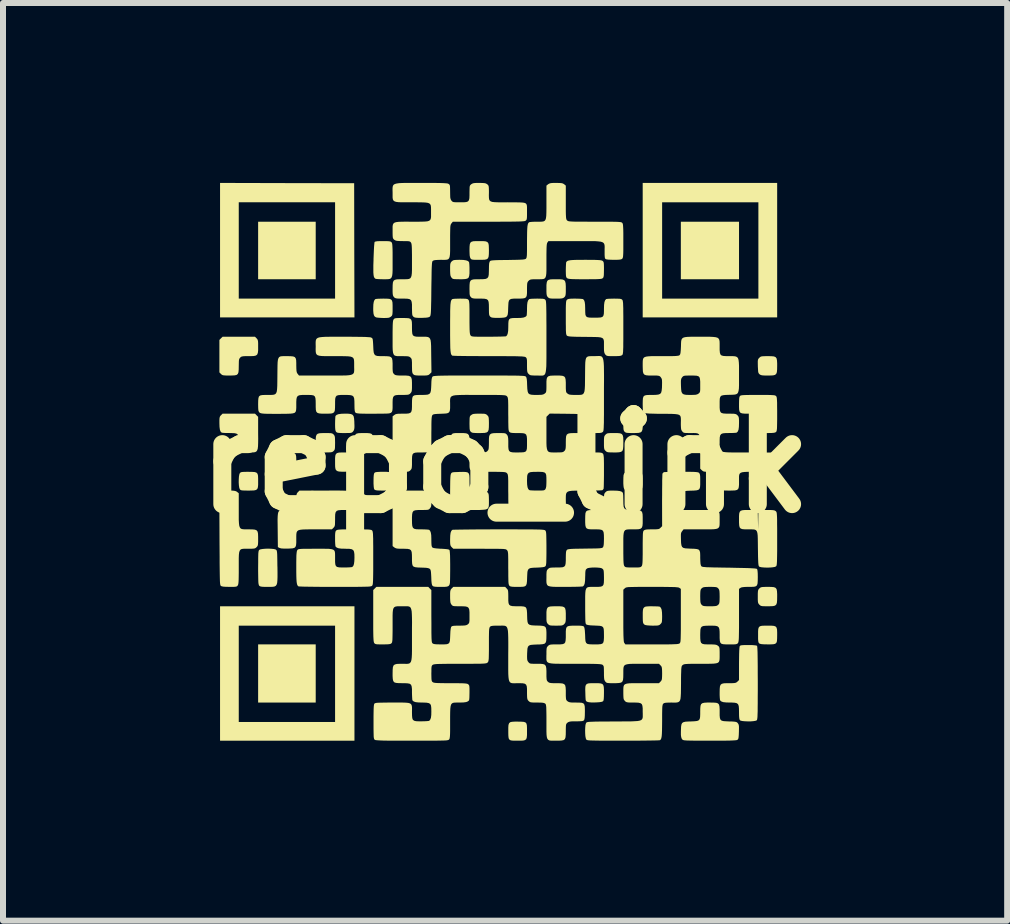
<source format=kicad_pcb>
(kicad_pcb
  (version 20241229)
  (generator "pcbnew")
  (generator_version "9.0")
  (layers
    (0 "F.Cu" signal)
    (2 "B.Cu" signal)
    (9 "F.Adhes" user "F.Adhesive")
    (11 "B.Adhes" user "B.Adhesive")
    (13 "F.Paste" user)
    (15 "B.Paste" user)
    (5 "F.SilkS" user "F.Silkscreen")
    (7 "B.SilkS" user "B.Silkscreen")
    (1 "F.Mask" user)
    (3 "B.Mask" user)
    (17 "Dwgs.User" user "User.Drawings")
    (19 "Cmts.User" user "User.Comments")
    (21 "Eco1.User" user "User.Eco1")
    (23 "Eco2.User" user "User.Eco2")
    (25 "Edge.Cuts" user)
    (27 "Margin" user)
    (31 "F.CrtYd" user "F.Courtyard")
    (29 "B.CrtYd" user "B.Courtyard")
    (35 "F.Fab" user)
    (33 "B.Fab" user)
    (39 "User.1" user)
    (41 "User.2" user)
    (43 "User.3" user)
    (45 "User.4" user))
  (footprint "repo_link"
    (layer "F.Cu")
    (at 5.371 4.677)
    (property "Reference" "repo_link" (at 0 0 0) (layer "F.SilkS") (effects (font (size 1.5 1.5) (thickness 0.3))))
    (attr board_only exclude_from_pos_files exclude_from_bom)
    (fp_poly (pts (xy -3.157 -3.551) (xy -3.157 -3.071) (xy -3.637 -3.071) (xy -4.117 -3.071) (xy -4.117 -3.551) (xy -4.117 -4.03) (xy -3.637 -4.03) (xy -3.157 -4.03)) (stroke (width 0) (type solid)) (fill yes) (layer "F.SilkS"))
    (fp_poly (pts (xy -3.157 3.502) (xy -3.157 3.987) (xy -3.637 3.987) (xy -4.117 3.987) (xy -4.117 3.502) (xy -4.117 3.017) (xy -3.637 3.017) (xy -3.157 3.017)) (stroke (width 0) (type solid)) (fill yes) (layer "F.SilkS"))
    (fp_poly (pts (xy 3.901 -3.551) (xy 3.901 -3.071) (xy 3.416 -3.071) (xy 2.931 -3.071) (xy 2.931 -3.551) (xy 2.931 -4.03) (xy 3.416 -4.03) (xy 3.901 -4.03)) (stroke (width 0) (type solid)) (fill yes) (layer "F.SilkS"))
    (fp_poly (pts (xy -3.634 -4.674) (xy -2.516 -4.672) (xy -2.514 -3.554) (xy -2.511 -2.435) (xy -3.632 -2.435) (xy -4.752 -2.435) (xy -4.752 -3.551) (xy -4.44 -3.551) (xy -4.44 -2.748) (xy -3.637 -2.748) (xy -2.834 -2.748) (xy -2.834 -3.551) (xy -2.834 -4.354) (xy -3.637 -4.354) (xy -4.44 -4.354) (xy -4.44 -3.551) (xy -4.752 -3.551) (xy -4.752 -3.556) (xy -4.752 -4.677)) (stroke (width 0) (type solid)) (fill yes) (layer "F.SilkS"))
    (fp_poly (pts (xy -2.511 3.502) (xy -2.511 4.623) (xy -3.632 4.623) (xy -4.752 4.623) (xy -4.752 3.508) (xy -4.44 3.508) (xy -4.44 4.311) (xy -3.637 4.311) (xy -2.834 4.311) (xy -2.834 3.508) (xy -2.834 2.705) (xy -3.637 2.705) (xy -4.44 2.705) (xy -4.44 3.508) (xy -4.752 3.508) (xy -4.752 3.502) (xy -4.752 2.382) (xy -3.632 2.382) (xy -2.511 2.382)) (stroke (width 0) (type solid)) (fill yes) (layer "F.SilkS"))
    (fp_poly (pts (xy 4.537 -3.556) (xy 4.537 -2.435) (xy 3.416 -2.435) (xy 2.295 -2.435) (xy 2.295 -3.551) (xy 2.619 -3.551) (xy 2.619 -2.748) (xy 3.422 -2.748) (xy 4.224 -2.748) (xy 4.224 -3.551) (xy 4.224 -4.354) (xy 3.422 -4.354) (xy 2.619 -4.354) (xy 2.619 -3.551) (xy 2.295 -3.551) (xy 2.295 -3.556) (xy 2.295 -4.677) (xy 3.416 -4.677) (xy 4.537 -4.677)) (stroke (width 0) (type solid)) (fill yes) (layer "F.SilkS"))
    (fp_poly (pts (xy -3.576 -0.183) (xy -3.534 -0.179) (xy -3.506 -0.169) (xy -3.491 -0.15) (xy -3.483 -0.118) (xy -3.481 -0.069) (xy -3.481 -0.025) (xy -3.481 0.036) (xy -3.484 0.079) (xy -3.493 0.108) (xy -3.511 0.125) (xy -3.54 0.133) (xy -3.583 0.137) (xy -3.623 0.138) (xy -3.688 0.138) (xy -3.733 0.134) (xy -3.76 0.127) (xy -3.761 0.127) (xy -3.772 0.12) (xy -3.78 0.11) (xy -3.785 0.095) (xy -3.788 0.069) (xy -3.79 0.028) (xy -3.791 -0.015) (xy -3.792 -0.079) (xy -3.79 -0.124) (xy -3.782 -0.154) (xy -3.765 -0.171) (xy -3.737 -0.18) (xy -3.693 -0.183) (xy -3.637 -0.183)) (stroke (width 0) (type solid)) (fill yes) (layer "F.SilkS"))
    (fp_poly (pts (xy -2.295 -0.506) (xy -2.252 -0.502) (xy -2.225 -0.492) (xy -2.209 -0.472) (xy -2.201 -0.44) (xy -2.199 -0.391) (xy -2.198 -0.345) (xy -2.199 -0.283) (xy -2.203 -0.239) (xy -2.212 -0.211) (xy -2.232 -0.194) (xy -2.263 -0.186) (xy -2.31 -0.183) (xy -2.355 -0.183) (xy -2.411 -0.184) (xy -2.451 -0.188) (xy -2.476 -0.194) (xy -2.487 -0.2) (xy -2.497 -0.208) (xy -2.504 -0.22) (xy -2.508 -0.238) (xy -2.51 -0.267) (xy -2.511 -0.312) (xy -2.511 -0.345) (xy -2.51 -0.407) (xy -2.507 -0.451) (xy -2.497 -0.479) (xy -2.478 -0.496) (xy -2.446 -0.504) (xy -2.399 -0.506) (xy -2.355 -0.506)) (stroke (width 0) (type solid)) (fill yes) (layer "F.SilkS"))
    (fp_poly (pts (xy -0.369 -3.707) (xy -0.325 -3.703) (xy -0.297 -3.693) (xy -0.28 -3.674) (xy -0.272 -3.642) (xy -0.27 -3.595) (xy -0.269 -3.551) (xy -0.27 -3.491) (xy -0.274 -3.449) (xy -0.284 -3.421) (xy -0.304 -3.405) (xy -0.336 -3.397) (xy -0.385 -3.395) (xy -0.431 -3.395) (xy -0.486 -3.395) (xy -0.523 -3.396) (xy -0.547 -3.399) (xy -0.562 -3.404) (xy -0.571 -3.412) (xy -0.576 -3.419) (xy -0.584 -3.438) (xy -0.59 -3.468) (xy -0.592 -3.514) (xy -0.593 -3.551) (xy -0.592 -3.611) (xy -0.588 -3.653) (xy -0.578 -3.681) (xy -0.558 -3.697) (xy -0.526 -3.705) (xy -0.477 -3.707) (xy -0.431 -3.707)) (stroke (width 0) (type solid)) (fill yes) (layer "F.SilkS"))
    (fp_poly (pts (xy 0.27 4.306) (xy 0.312 4.309) (xy 0.34 4.318) (xy 0.356 4.336) (xy 0.364 4.367) (xy 0.366 4.414) (xy 0.366 4.467) (xy 0.366 4.528) (xy 0.362 4.57) (xy 0.353 4.597) (xy 0.333 4.613) (xy 0.301 4.621) (xy 0.252 4.623) (xy 0.208 4.623) (xy 0.154 4.623) (xy 0.118 4.621) (xy 0.094 4.617) (xy 0.08 4.61) (xy 0.072 4.603) (xy 0.063 4.59) (xy 0.058 4.569) (xy 0.055 4.536) (xy 0.054 4.487) (xy 0.054 4.465) (xy 0.054 4.404) (xy 0.057 4.36) (xy 0.067 4.332) (xy 0.085 4.315) (xy 0.115 4.308) (xy 0.161 4.305) (xy 0.21 4.305)) (stroke (width 0) (type solid)) (fill yes) (layer "F.SilkS"))
    (fp_poly (pts (xy 2.196 0.141) (xy 2.239 0.144) (xy 2.268 0.154) (xy 2.285 0.173) (xy 2.293 0.205) (xy 2.295 0.252) (xy 2.295 0.296) (xy 2.295 0.356) (xy 2.291 0.399) (xy 2.281 0.426) (xy 2.261 0.442) (xy 2.228 0.45) (xy 2.18 0.452) (xy 2.134 0.453) (xy 2.079 0.452) (xy 2.042 0.451) (xy 2.018 0.448) (xy 2.003 0.443) (xy 1.994 0.435) (xy 1.989 0.429) (xy 1.98 0.41) (xy 1.975 0.379) (xy 1.972 0.334) (xy 1.972 0.296) (xy 1.973 0.236) (xy 1.976 0.194) (xy 1.987 0.166) (xy 2.006 0.15) (xy 2.039 0.143) (xy 2.088 0.14) (xy 2.134 0.14)) (stroke (width 0) (type solid)) (fill yes) (layer "F.SilkS"))
    (fp_poly (pts (xy 4.441 2.705) (xy 4.484 2.709) (xy 4.511 2.719) (xy 4.527 2.738) (xy 4.535 2.77) (xy 4.537 2.819) (xy 4.537 2.863) (xy 4.536 2.923) (xy 4.533 2.965) (xy 4.523 2.992) (xy 4.503 3.008) (xy 4.471 3.015) (xy 4.422 3.017) (xy 4.379 3.017) (xy 4.318 3.016) (xy 4.276 3.013) (xy 4.249 3.007) (xy 4.24 3.002) (xy 4.231 2.993) (xy 4.225 2.98) (xy 4.221 2.958) (xy 4.219 2.924) (xy 4.219 2.873) (xy 4.219 2.861) (xy 4.219 2.801) (xy 4.222 2.759) (xy 4.232 2.731) (xy 4.25 2.715) (xy 4.281 2.707) (xy 4.328 2.705) (xy 4.381 2.705)) (stroke (width 0) (type solid)) (fill yes) (layer "F.SilkS"))
    (fp_poly (pts (xy -1.975 0.14) (xy -1.931 0.144) (xy -1.903 0.153) (xy -1.886 0.171) (xy -1.878 0.202) (xy -1.875 0.248) (xy -1.875 0.298) (xy -1.876 0.357) (xy -1.879 0.399) (xy -1.888 0.426) (xy -1.907 0.442) (xy -1.939 0.45) (xy -1.986 0.452) (xy -2.039 0.453) (xy -2.095 0.452) (xy -2.133 0.45) (xy -2.157 0.446) (xy -2.172 0.44) (xy -2.178 0.435) (xy -2.186 0.418) (xy -2.19 0.386) (xy -2.193 0.337) (xy -2.193 0.296) (xy -2.192 0.235) (xy -2.189 0.193) (xy -2.183 0.167) (xy -2.178 0.158) (xy -2.168 0.15) (xy -2.151 0.145) (xy -2.123 0.142) (xy -2.079 0.14) (xy -2.037 0.14)) (stroke (width 0) (type solid)) (fill yes) (layer "F.SilkS"))
    (fp_poly (pts (xy -4.216 0.141) (xy -4.172 0.144) (xy -4.144 0.154) (xy -4.127 0.173) (xy -4.119 0.205) (xy -4.117 0.252) (xy -4.117 0.296) (xy -4.117 0.356) (xy -4.121 0.399) (xy -4.131 0.426) (xy -4.151 0.442) (xy -4.184 0.45) (xy -4.232 0.452) (xy -4.278 0.453) (xy -4.333 0.452) (xy -4.37 0.451) (xy -4.394 0.448) (xy -4.409 0.443) (xy -4.418 0.435) (xy -4.423 0.429) (xy -4.432 0.404) (xy -4.438 0.364) (xy -4.441 0.316) (xy -4.44 0.265) (xy -4.437 0.218) (xy -4.43 0.181) (xy -4.423 0.164) (xy -4.415 0.154) (xy -4.403 0.147) (xy -4.385 0.143) (xy -4.356 0.141) (xy -4.311 0.14) (xy -4.278 0.14)) (stroke (width 0) (type solid)) (fill yes) (layer "F.SilkS"))
    (fp_poly (pts (xy 1.552 3.664) (xy 1.594 3.668) (xy 1.622 3.677) (xy 1.638 3.696) (xy 1.646 3.727) (xy 1.649 3.774) (xy 1.649 3.828) (xy 1.648 3.884) (xy 1.646 3.922) (xy 1.643 3.946) (xy 1.637 3.961) (xy 1.631 3.967) (xy 1.611 3.975) (xy 1.575 3.981) (xy 1.529 3.984) (xy 1.48 3.986) (xy 1.433 3.985) (xy 1.394 3.981) (xy 1.369 3.974) (xy 1.369 3.974) (xy 1.357 3.967) (xy 1.349 3.958) (xy 1.344 3.942) (xy 1.342 3.916) (xy 1.34 3.876) (xy 1.339 3.832) (xy 1.337 3.769) (xy 1.339 3.723) (xy 1.347 3.694) (xy 1.364 3.676) (xy 1.393 3.667) (xy 1.436 3.664) (xy 1.493 3.664)) (stroke (width 0) (type solid)) (fill yes) (layer "F.SilkS"))
    (fp_poly (pts (xy -2.623 -0.183) (xy -2.588 -0.182) (xy -2.565 -0.179) (xy -2.551 -0.173) (xy -2.54 -0.163) (xy -2.532 -0.154) (xy -2.522 -0.138) (xy -2.515 -0.121) (xy -2.512 -0.097) (xy -2.512 -0.061) (xy -2.513 -0.014) (xy -2.515 0.045) (xy -2.521 0.086) (xy -2.533 0.112) (xy -2.555 0.127) (xy -2.591 0.134) (xy -2.643 0.137) (xy -2.665 0.138) (xy -2.726 0.138) (xy -2.77 0.135) (xy -2.795 0.128) (xy -2.796 0.128) (xy -2.812 0.117) (xy -2.823 0.104) (xy -2.829 0.085) (xy -2.833 0.056) (xy -2.834 0.012) (xy -2.834 -0.028) (xy -2.834 -0.088) (xy -2.83 -0.13) (xy -2.82 -0.157) (xy -2.801 -0.173) (xy -2.769 -0.181) (xy -2.721 -0.183) (xy -2.675 -0.183)) (stroke (width 0) (type solid)) (fill yes) (layer "F.SilkS"))
    (fp_poly (pts (xy -1.97 -2.747) (xy -1.928 -2.744) (xy -1.901 -2.734) (xy -1.885 -2.715) (xy -1.877 -2.683) (xy -1.875 -2.634) (xy -1.875 -2.589) (xy -1.875 -2.537) (xy -1.877 -2.501) (xy -1.88 -2.479) (xy -1.886 -2.464) (xy -1.896 -2.454) (xy -1.903 -2.447) (xy -1.921 -2.436) (xy -1.941 -2.429) (xy -1.971 -2.426) (xy -2.016 -2.425) (xy -2.03 -2.425) (xy -2.077 -2.427) (xy -2.117 -2.43) (xy -2.145 -2.434) (xy -2.152 -2.436) (xy -2.172 -2.448) (xy -2.186 -2.469) (xy -2.194 -2.501) (xy -2.198 -2.549) (xy -2.198 -2.586) (xy -2.196 -2.65) (xy -2.189 -2.695) (xy -2.177 -2.725) (xy -2.162 -2.74) (xy -2.147 -2.743) (xy -2.115 -2.746) (xy -2.072 -2.747) (xy -2.03 -2.748)) (stroke (width 0) (type solid)) (fill yes) (layer "F.SilkS"))
    (fp_poly (pts (xy -2.609 -0.829) (xy -2.568 -0.823) (xy -2.541 -0.81) (xy -2.525 -0.787) (xy -2.517 -0.749) (xy -2.513 -0.693) (xy -2.513 -0.677) (xy -2.511 -0.626) (xy -2.512 -0.591) (xy -2.516 -0.568) (xy -2.522 -0.551) (xy -2.532 -0.536) (xy -2.543 -0.523) (xy -2.555 -0.515) (xy -2.571 -0.51) (xy -2.597 -0.507) (xy -2.637 -0.507) (xy -2.677 -0.506) (xy -2.731 -0.507) (xy -2.769 -0.509) (xy -2.793 -0.512) (xy -2.808 -0.519) (xy -2.816 -0.526) (xy -2.825 -0.54) (xy -2.83 -0.561) (xy -2.833 -0.594) (xy -2.834 -0.643) (xy -2.834 -0.664) (xy -2.833 -0.713) (xy -2.831 -0.754) (xy -2.829 -0.783) (xy -2.826 -0.793) (xy -2.807 -0.81) (xy -2.775 -0.822) (xy -2.728 -0.828) (xy -2.669 -0.83)) (stroke (width 0) (type solid)) (fill yes) (layer "F.SilkS"))
    (fp_poly (pts (xy -0.695 -3.393) (xy -0.65 -3.386) (xy -0.619 -3.375) (xy -0.601 -3.358) (xy -0.598 -3.343) (xy -0.595 -3.311) (xy -0.593 -3.268) (xy -0.593 -3.23) (xy -0.593 -3.169) (xy -0.598 -3.126) (xy -0.608 -3.098) (xy -0.629 -3.082) (xy -0.663 -3.074) (xy -0.714 -3.071) (xy -0.754 -3.071) (xy -0.805 -3.072) (xy -0.84 -3.073) (xy -0.863 -3.076) (xy -0.877 -3.082) (xy -0.888 -3.092) (xy -0.894 -3.1) (xy -0.904 -3.116) (xy -0.911 -3.136) (xy -0.914 -3.164) (xy -0.916 -3.207) (xy -0.916 -3.235) (xy -0.916 -3.284) (xy -0.914 -3.318) (xy -0.909 -3.339) (xy -0.902 -3.354) (xy -0.89 -3.368) (xy -0.875 -3.38) (xy -0.86 -3.388) (xy -0.838 -3.392) (xy -0.804 -3.394) (xy -0.76 -3.395)) (stroke (width 0) (type solid)) (fill yes) (layer "F.SilkS"))
    (fp_poly (pts (xy -0.692 -0.506) (xy -0.648 -0.502) (xy -0.62 -0.491) (xy -0.603 -0.47) (xy -0.595 -0.437) (xy -0.593 -0.387) (xy -0.593 -0.345) (xy -0.593 -0.283) (xy -0.597 -0.239) (xy -0.608 -0.21) (xy -0.628 -0.194) (xy -0.661 -0.186) (xy -0.71 -0.183) (xy -0.749 -0.183) (xy -0.801 -0.184) (xy -0.835 -0.185) (xy -0.858 -0.189) (xy -0.874 -0.196) (xy -0.887 -0.207) (xy -0.89 -0.21) (xy -0.902 -0.223) (xy -0.909 -0.239) (xy -0.914 -0.26) (xy -0.916 -0.294) (xy -0.916 -0.343) (xy -0.915 -0.394) (xy -0.913 -0.429) (xy -0.908 -0.453) (xy -0.899 -0.47) (xy -0.894 -0.478) (xy -0.883 -0.491) (xy -0.871 -0.499) (xy -0.854 -0.503) (xy -0.826 -0.506) (xy -0.784 -0.506) (xy -0.754 -0.506)) (stroke (width 0) (type solid)) (fill yes) (layer "F.SilkS"))
    (fp_poly (pts (xy 0.913 -3.071) (xy 0.957 -3.067) (xy 0.986 -3.056) (xy 1.002 -3.035) (xy 1.01 -3.002) (xy 1.013 -2.953) (xy 1.013 -2.912) (xy 1.013 -2.859) (xy 1.011 -2.824) (xy 1.007 -2.801) (xy 1.001 -2.786) (xy 0.991 -2.774) (xy 0.988 -2.771) (xy 0.975 -2.761) (xy 0.958 -2.754) (xy 0.935 -2.75) (xy 0.898 -2.748) (xy 0.85 -2.748) (xy 0.799 -2.748) (xy 0.764 -2.75) (xy 0.742 -2.754) (xy 0.727 -2.761) (xy 0.715 -2.771) (xy 0.713 -2.773) (xy 0.703 -2.786) (xy 0.696 -2.802) (xy 0.692 -2.826) (xy 0.69 -2.862) (xy 0.69 -2.913) (xy 0.69 -2.974) (xy 0.695 -3.017) (xy 0.705 -3.045) (xy 0.726 -3.061) (xy 0.76 -3.069) (xy 0.81 -3.071) (xy 0.851 -3.071)) (stroke (width 0) (type solid)) (fill yes) (layer "F.SilkS"))
    (fp_poly (pts (xy 4.44 -1.788) (xy 4.483 -1.784) (xy 4.51 -1.773) (xy 4.527 -1.752) (xy 4.534 -1.718) (xy 4.537 -1.668) (xy 4.537 -1.627) (xy 4.536 -1.565) (xy 4.532 -1.521) (xy 4.521 -1.493) (xy 4.501 -1.476) (xy 4.468 -1.468) (xy 4.42 -1.466) (xy 4.382 -1.466) (xy 4.329 -1.466) (xy 4.293 -1.468) (xy 4.268 -1.473) (xy 4.251 -1.481) (xy 4.244 -1.486) (xy 4.233 -1.497) (xy 4.225 -1.511) (xy 4.22 -1.532) (xy 4.218 -1.565) (xy 4.215 -1.615) (xy 4.215 -1.62) (xy 4.214 -1.671) (xy 4.214 -1.706) (xy 4.217 -1.728) (xy 4.223 -1.743) (xy 4.234 -1.756) (xy 4.239 -1.761) (xy 4.253 -1.774) (xy 4.267 -1.782) (xy 4.287 -1.786) (xy 4.318 -1.788) (xy 4.365 -1.789) (xy 4.38 -1.789)) (stroke (width 0) (type solid)) (fill yes) (layer "F.SilkS"))
    (fp_poly (pts (xy 0.913 2.382) (xy 0.957 2.386) (xy 0.986 2.397) (xy 1.002 2.417) (xy 1.01 2.45) (xy 1.013 2.499) (xy 1.013 2.538) (xy 1.013 2.59) (xy 1.011 2.624) (xy 1.007 2.647) (xy 1 2.662) (xy 0.989 2.676) (xy 0.987 2.678) (xy 0.973 2.691) (xy 0.958 2.698) (xy 0.936 2.703) (xy 0.903 2.704) (xy 0.854 2.705) (xy 0.851 2.705) (xy 0.801 2.704) (xy 0.768 2.703) (xy 0.746 2.699) (xy 0.73 2.691) (xy 0.717 2.679) (xy 0.716 2.678) (xy 0.704 2.665) (xy 0.697 2.65) (xy 0.692 2.63) (xy 0.69 2.598) (xy 0.69 2.55) (xy 0.69 2.538) (xy 0.69 2.478) (xy 0.695 2.436) (xy 0.706 2.408) (xy 0.726 2.392) (xy 0.761 2.384) (xy 0.811 2.382) (xy 0.851 2.382)) (stroke (width 0) (type solid)) (fill yes) (layer "F.SilkS"))
    (fp_poly (pts (xy 1.876 -0.506) (xy 1.918 -0.502) (xy 1.946 -0.491) (xy 1.962 -0.47) (xy 1.97 -0.436) (xy 1.972 -0.385) (xy 1.972 -0.345) (xy 1.971 -0.283) (xy 1.967 -0.239) (xy 1.957 -0.21) (xy 1.936 -0.194) (xy 1.903 -0.186) (xy 1.854 -0.183) (xy 1.815 -0.183) (xy 1.764 -0.184) (xy 1.729 -0.185) (xy 1.707 -0.189) (xy 1.691 -0.196) (xy 1.678 -0.207) (xy 1.675 -0.21) (xy 1.663 -0.223) (xy 1.655 -0.238) (xy 1.651 -0.26) (xy 1.649 -0.293) (xy 1.649 -0.342) (xy 1.649 -0.345) (xy 1.649 -0.395) (xy 1.651 -0.428) (xy 1.655 -0.45) (xy 1.663 -0.466) (xy 1.675 -0.479) (xy 1.675 -0.48) (xy 1.689 -0.492) (xy 1.703 -0.5) (xy 1.724 -0.504) (xy 1.756 -0.506) (xy 1.803 -0.506) (xy 1.815 -0.506)) (stroke (width 0) (type solid)) (fill yes) (layer "F.SilkS"))
    (fp_poly (pts (xy 2.503 2.383) (xy 2.544 2.384) (xy 2.572 2.387) (xy 2.582 2.39) (xy 2.599 2.409) (xy 2.611 2.439) (xy 2.617 2.486) (xy 2.619 2.548) (xy 2.618 2.597) (xy 2.616 2.63) (xy 2.612 2.651) (xy 2.603 2.666) (xy 2.592 2.678) (xy 2.578 2.691) (xy 2.563 2.698) (xy 2.541 2.703) (xy 2.508 2.704) (xy 2.46 2.705) (xy 2.412 2.703) (xy 2.371 2.7) (xy 2.342 2.695) (xy 2.333 2.692) (xy 2.317 2.682) (xy 2.307 2.669) (xy 2.3 2.649) (xy 2.297 2.619) (xy 2.296 2.574) (xy 2.296 2.541) (xy 2.296 2.488) (xy 2.298 2.452) (xy 2.302 2.429) (xy 2.308 2.413) (xy 2.317 2.403) (xy 2.329 2.393) (xy 2.345 2.387) (xy 2.37 2.384) (xy 2.408 2.382) (xy 2.454 2.382)) (stroke (width 0) (type solid)) (fill yes) (layer "F.SilkS"))
    (fp_poly (pts (xy 4.44 2.059) (xy 4.483 2.063) (xy 4.51 2.074) (xy 4.527 2.095) (xy 4.534 2.129) (xy 4.537 2.18) (xy 4.537 2.22) (xy 4.536 2.282) (xy 4.532 2.326) (xy 4.521 2.354) (xy 4.501 2.371) (xy 4.468 2.379) (xy 4.419 2.381) (xy 4.38 2.382) (xy 4.329 2.381) (xy 4.294 2.38) (xy 4.272 2.376) (xy 4.256 2.369) (xy 4.243 2.358) (xy 4.24 2.355) (xy 4.228 2.341) (xy 4.22 2.326) (xy 4.216 2.305) (xy 4.214 2.272) (xy 4.214 2.223) (xy 4.214 2.22) (xy 4.214 2.17) (xy 4.216 2.136) (xy 4.22 2.114) (xy 4.227 2.099) (xy 4.239 2.085) (xy 4.24 2.085) (xy 4.253 2.073) (xy 4.268 2.065) (xy 4.289 2.061) (xy 4.321 2.059) (xy 4.368 2.058) (xy 4.38 2.058)) (stroke (width 0) (type solid)) (fill yes) (layer "F.SilkS"))
    (fp_poly (pts (xy -2.946 -0.506) (xy -2.91 -0.505) (xy -2.887 -0.501) (xy -2.872 -0.494) (xy -2.86 -0.484) (xy -2.858 -0.482) (xy -2.847 -0.468) (xy -2.84 -0.452) (xy -2.836 -0.428) (xy -2.835 -0.392) (xy -2.834 -0.343) (xy -2.835 -0.292) (xy -2.836 -0.258) (xy -2.84 -0.235) (xy -2.847 -0.22) (xy -2.858 -0.208) (xy -2.859 -0.207) (xy -2.872 -0.196) (xy -2.888 -0.189) (xy -2.912 -0.185) (xy -2.948 -0.184) (xy -2.999 -0.183) (xy -3.052 -0.184) (xy -3.087 -0.186) (xy -3.111 -0.19) (xy -3.126 -0.196) (xy -3.136 -0.205) (xy -3.146 -0.217) (xy -3.152 -0.233) (xy -3.155 -0.257) (xy -3.157 -0.295) (xy -3.157 -0.345) (xy -3.157 -0.407) (xy -3.153 -0.451) (xy -3.142 -0.479) (xy -3.122 -0.496) (xy -3.088 -0.504) (xy -3.039 -0.506) (xy -2.998 -0.506)) (stroke (width 0) (type solid)) (fill yes) (layer "F.SilkS"))
    (fp_poly (pts (xy -0.379 -0.829) (xy -0.346 -0.828) (xy -0.325 -0.823) (xy -0.309 -0.815) (xy -0.296 -0.803) (xy -0.284 -0.79) (xy -0.276 -0.775) (xy -0.272 -0.755) (xy -0.27 -0.723) (xy -0.269 -0.675) (xy -0.269 -0.663) (xy -0.27 -0.603) (xy -0.274 -0.561) (xy -0.285 -0.533) (xy -0.306 -0.517) (xy -0.34 -0.509) (xy -0.391 -0.507) (xy -0.431 -0.506) (xy -0.484 -0.507) (xy -0.521 -0.509) (xy -0.544 -0.512) (xy -0.56 -0.519) (xy -0.571 -0.528) (xy -0.581 -0.54) (xy -0.587 -0.556) (xy -0.591 -0.581) (xy -0.592 -0.618) (xy -0.593 -0.667) (xy -0.592 -0.719) (xy -0.591 -0.754) (xy -0.588 -0.776) (xy -0.582 -0.791) (xy -0.572 -0.801) (xy -0.564 -0.807) (xy -0.548 -0.818) (xy -0.528 -0.825) (xy -0.499 -0.828) (xy -0.457 -0.83) (xy -0.429 -0.83)) (stroke (width 0) (type solid)) (fill yes) (layer "F.SilkS"))
    (fp_poly (pts (xy 2.184 -0.829) (xy 2.217 -0.828) (xy 2.239 -0.823) (xy 2.255 -0.816) (xy 2.268 -0.804) (xy 2.269 -0.803) (xy 2.281 -0.79) (xy 2.288 -0.775) (xy 2.293 -0.755) (xy 2.295 -0.723) (xy 2.295 -0.675) (xy 2.295 -0.663) (xy 2.295 -0.603) (xy 2.29 -0.561) (xy 2.279 -0.533) (xy 2.259 -0.517) (xy 2.224 -0.509) (xy 2.174 -0.507) (xy 2.134 -0.506) (xy 2.08 -0.507) (xy 2.044 -0.509) (xy 2.02 -0.512) (xy 2.005 -0.519) (xy 1.994 -0.528) (xy 1.984 -0.54) (xy 1.977 -0.557) (xy 1.974 -0.582) (xy 1.972 -0.621) (xy 1.972 -0.663) (xy 1.972 -0.715) (xy 1.974 -0.749) (xy 1.978 -0.772) (xy 1.985 -0.787) (xy 1.996 -0.801) (xy 1.999 -0.803) (xy 2.012 -0.815) (xy 2.027 -0.823) (xy 2.049 -0.827) (xy 2.082 -0.829) (xy 2.131 -0.83) (xy 2.134 -0.83)) (stroke (width 0) (type solid)) (fill yes) (layer "F.SilkS"))
    (fp_poly (pts (xy -4.143 -2.086) (xy -4.131 -2.072) (xy -4.124 -2.058) (xy -4.119 -2.037) (xy -4.117 -2.005) (xy -4.117 -1.958) (xy -4.117 -1.946) (xy -4.117 -1.885) (xy -4.122 -1.843) (xy -4.133 -1.815) (xy -4.154 -1.799) (xy -4.188 -1.791) (xy -4.239 -1.789) (xy -4.276 -1.789) (xy -4.329 -1.789) (xy -4.364 -1.787) (xy -4.387 -1.783) (xy -4.402 -1.777) (xy -4.414 -1.767) (xy -4.416 -1.764) (xy -4.427 -1.751) (xy -4.434 -1.735) (xy -4.438 -1.711) (xy -4.439 -1.675) (xy -4.44 -1.624) (xy -4.441 -1.563) (xy -4.445 -1.52) (xy -4.456 -1.492) (xy -4.477 -1.475) (xy -4.512 -1.468) (xy -4.563 -1.466) (xy -4.597 -1.466) (xy -4.648 -1.466) (xy -4.683 -1.468) (xy -4.705 -1.471) (xy -4.721 -1.478) (xy -4.734 -1.489) (xy -4.737 -1.492) (xy -4.763 -1.518) (xy -4.763 -1.789) (xy -4.763 -2.059) (xy -4.737 -2.086) (xy -4.71 -2.112) (xy -4.44 -2.112) (xy -4.169 -2.112)) (stroke (width 0) (type solid)) (fill yes) (layer "F.SilkS"))
    (fp_poly (pts (xy -4.143 -0.803) (xy -4.117 -0.777) (xy -4.117 -0.503) (xy -4.116 -0.412) (xy -4.117 -0.34) (xy -4.119 -0.285) (xy -4.124 -0.244) (xy -4.134 -0.216) (xy -4.148 -0.198) (xy -4.169 -0.188) (xy -4.198 -0.184) (xy -4.235 -0.183) (xy -4.282 -0.183) (xy -4.334 -0.184) (xy -4.37 -0.186) (xy -4.393 -0.19) (xy -4.408 -0.196) (xy -4.418 -0.205) (xy -4.428 -0.217) (xy -4.434 -0.233) (xy -4.438 -0.257) (xy -4.44 -0.295) (xy -4.44 -0.345) (xy -4.441 -0.407) (xy -4.445 -0.451) (xy -4.455 -0.479) (xy -4.476 -0.496) (xy -4.509 -0.504) (xy -4.558 -0.506) (xy -4.599 -0.507) (xy -4.647 -0.507) (xy -4.688 -0.509) (xy -4.717 -0.512) (xy -4.727 -0.515) (xy -4.744 -0.533) (xy -4.755 -0.564) (xy -4.761 -0.611) (xy -4.763 -0.673) (xy -4.763 -0.722) (xy -4.761 -0.755) (xy -4.756 -0.776) (xy -4.748 -0.791) (xy -4.737 -0.803) (xy -4.71 -0.83) (xy -4.44 -0.83) (xy -4.169 -0.83)) (stroke (width 0) (type solid)) (fill yes) (layer "F.SilkS"))
    (fp_poly (pts (xy -1.982 -3.707) (xy -1.943 -3.705) (xy -1.919 -3.702) (xy -1.903 -3.696) (xy -1.893 -3.687) (xy -1.887 -3.679) (xy -1.883 -3.666) (xy -1.88 -3.646) (xy -1.878 -3.616) (xy -1.876 -3.574) (xy -1.875 -3.517) (xy -1.875 -3.442) (xy -1.875 -3.391) (xy -1.875 -3.3) (xy -1.875 -3.227) (xy -1.877 -3.172) (xy -1.882 -3.132) (xy -1.891 -3.104) (xy -1.904 -3.086) (xy -1.924 -3.076) (xy -1.951 -3.072) (xy -1.986 -3.071) (xy -2.031 -3.071) (xy -2.034 -3.071) (xy -2.083 -3.072) (xy -2.124 -3.074) (xy -2.152 -3.077) (xy -2.162 -3.08) (xy -2.173 -3.089) (xy -2.182 -3.102) (xy -2.189 -3.121) (xy -2.193 -3.148) (xy -2.196 -3.186) (xy -2.196 -3.237) (xy -2.196 -3.304) (xy -2.193 -3.39) (xy -2.193 -3.409) (xy -2.19 -3.487) (xy -2.187 -3.556) (xy -2.184 -3.614) (xy -2.18 -3.659) (xy -2.177 -3.686) (xy -2.174 -3.694) (xy -2.16 -3.7) (xy -2.128 -3.705) (xy -2.078 -3.707) (xy -2.037 -3.707)) (stroke (width 0) (type solid)) (fill yes) (layer "F.SilkS"))
    (fp_poly (pts (xy -3.895 1.423) (xy -3.853 1.427) (xy -3.825 1.435) (xy -3.82 1.438) (xy -3.813 1.444) (xy -3.808 1.452) (xy -3.804 1.467) (xy -3.801 1.489) (xy -3.799 1.523) (xy -3.798 1.569) (xy -3.797 1.632) (xy -3.796 1.713) (xy -3.795 1.727) (xy -3.794 1.82) (xy -3.794 1.894) (xy -3.796 1.951) (xy -3.8 1.993) (xy -3.809 2.022) (xy -3.823 2.041) (xy -3.844 2.052) (xy -3.871 2.057) (xy -3.908 2.058) (xy -3.954 2.058) (xy -3.959 2.058) (xy -4.014 2.058) (xy -4.051 2.056) (xy -4.075 2.052) (xy -4.09 2.046) (xy -4.099 2.039) (xy -4.104 2.03) (xy -4.108 2.017) (xy -4.112 1.997) (xy -4.114 1.968) (xy -4.115 1.926) (xy -4.116 1.869) (xy -4.117 1.795) (xy -4.117 1.739) (xy -4.116 1.653) (xy -4.116 1.586) (xy -4.115 1.536) (xy -4.114 1.5) (xy -4.111 1.475) (xy -4.108 1.458) (xy -4.103 1.448) (xy -4.097 1.441) (xy -4.097 1.44) (xy -4.076 1.432) (xy -4.04 1.426) (xy -3.994 1.422) (xy -3.943 1.421)) (stroke (width 0) (type solid)) (fill yes) (layer "F.SilkS"))
    (fp_poly (pts (xy 1.423 -3.394) (xy 1.489 -3.394) (xy 1.538 -3.392) (xy 1.574 -3.39) (xy 1.598 -3.387) (xy 1.615 -3.383) (xy 1.625 -3.378) (xy 1.635 -3.369) (xy 1.642 -3.358) (xy 1.646 -3.34) (xy 1.648 -3.31) (xy 1.649 -3.266) (xy 1.649 -3.234) (xy 1.648 -3.178) (xy 1.647 -3.14) (xy 1.643 -3.115) (xy 1.638 -3.099) (xy 1.629 -3.089) (xy 1.621 -3.084) (xy 1.608 -3.079) (xy 1.588 -3.076) (xy 1.558 -3.074) (xy 1.515 -3.072) (xy 1.458 -3.072) (xy 1.383 -3.071) (xy 1.335 -3.071) (xy 1.249 -3.071) (xy 1.181 -3.072) (xy 1.13 -3.073) (xy 1.093 -3.075) (xy 1.067 -3.078) (xy 1.049 -3.082) (xy 1.038 -3.087) (xy 1.037 -3.088) (xy 1.026 -3.097) (xy 1.02 -3.109) (xy 1.016 -3.127) (xy 1.014 -3.158) (xy 1.013 -3.204) (xy 1.013 -3.225) (xy 1.014 -3.275) (xy 1.016 -3.317) (xy 1.018 -3.346) (xy 1.021 -3.358) (xy 1.031 -3.369) (xy 1.044 -3.378) (xy 1.065 -3.384) (xy 1.095 -3.389) (xy 1.136 -3.392) (xy 1.192 -3.394) (xy 1.265 -3.394) (xy 1.339 -3.395)) (stroke (width 0) (type solid)) (fill yes) (layer "F.SilkS"))
    (fp_poly (pts (xy -0.652 0.143) (xy -0.622 0.151) (xy -0.605 0.168) (xy -0.596 0.196) (xy -0.593 0.238) (xy -0.593 0.29) (xy -0.592 0.352) (xy -0.589 0.396) (xy -0.579 0.425) (xy -0.56 0.442) (xy -0.529 0.45) (xy -0.483 0.452) (xy -0.441 0.453) (xy -0.388 0.453) (xy -0.353 0.454) (xy -0.329 0.458) (xy -0.313 0.464) (xy -0.301 0.474) (xy -0.296 0.479) (xy -0.284 0.492) (xy -0.276 0.507) (xy -0.272 0.528) (xy -0.27 0.56) (xy -0.269 0.607) (xy -0.269 0.619) (xy -0.269 0.664) (xy -0.27 0.699) (xy -0.274 0.726) (xy -0.283 0.746) (xy -0.301 0.76) (xy -0.328 0.769) (xy -0.368 0.773) (xy -0.422 0.776) (xy -0.494 0.776) (xy -0.584 0.776) (xy -0.59 0.776) (xy -0.666 0.775) (xy -0.734 0.775) (xy -0.793 0.773) (xy -0.839 0.772) (xy -0.869 0.77) (xy -0.879 0.768) (xy -0.891 0.758) (xy -0.899 0.744) (xy -0.906 0.723) (xy -0.91 0.693) (xy -0.913 0.651) (xy -0.915 0.594) (xy -0.916 0.52) (xy -0.916 0.456) (xy -0.915 0.364) (xy -0.914 0.292) (xy -0.912 0.239) (xy -0.909 0.201) (xy -0.904 0.178) (xy -0.902 0.172) (xy -0.895 0.161) (xy -0.886 0.153) (xy -0.871 0.148) (xy -0.845 0.145) (xy -0.805 0.144) (xy -0.761 0.142) (xy -0.697 0.141)) (stroke (width 0) (type solid)) (fill yes) (layer "F.SilkS"))
    (fp_poly (pts (xy 4.304 -1.142) (xy 4.371 -1.142) (xy 4.422 -1.141) (xy 4.458 -1.139) (xy 4.484 -1.137) (xy 4.501 -1.134) (xy 4.511 -1.129) (xy 4.518 -1.123) (xy 4.519 -1.123) (xy 4.525 -1.114) (xy 4.529 -1.102) (xy 4.532 -1.081) (xy 4.534 -1.052) (xy 4.536 -1.01) (xy 4.536 -0.953) (xy 4.537 -0.879) (xy 4.537 -0.823) (xy 4.537 -0.737) (xy 4.536 -0.67) (xy 4.535 -0.62) (xy 4.534 -0.584) (xy 4.531 -0.559) (xy 4.528 -0.542) (xy 4.524 -0.532) (xy 4.518 -0.525) (xy 4.517 -0.524) (xy 4.504 -0.516) (xy 4.483 -0.511) (xy 4.45 -0.508) (xy 4.401 -0.507) (xy 4.378 -0.506) (xy 4.326 -0.507) (xy 4.29 -0.508) (xy 4.268 -0.511) (xy 4.253 -0.517) (xy 4.242 -0.527) (xy 4.236 -0.535) (xy 4.225 -0.551) (xy 4.219 -0.571) (xy 4.215 -0.599) (xy 4.214 -0.64) (xy 4.214 -0.673) (xy 4.213 -0.734) (xy 4.209 -0.776) (xy 4.199 -0.804) (xy 4.178 -0.82) (xy 4.145 -0.827) (xy 4.096 -0.83) (xy 4.058 -0.83) (xy 3.998 -0.83) (xy 3.955 -0.834) (xy 3.927 -0.843) (xy 3.911 -0.863) (xy 3.903 -0.895) (xy 3.901 -0.943) (xy 3.901 -0.989) (xy 3.902 -1.045) (xy 3.904 -1.083) (xy 3.908 -1.108) (xy 3.916 -1.123) (xy 3.918 -1.125) (xy 3.926 -1.131) (xy 3.939 -1.135) (xy 3.96 -1.138) (xy 3.992 -1.14) (xy 4.036 -1.141) (xy 4.096 -1.142) (xy 4.174 -1.142) (xy 4.218 -1.142)) (stroke (width 0) (type solid)) (fill yes) (layer "F.SilkS"))
    (fp_poly (pts (xy 3.478 3.988) (xy 3.522 3.991) (xy 3.55 4.001) (xy 3.567 4.02) (xy 3.575 4.052) (xy 3.578 4.099) (xy 3.578 4.144) (xy 3.578 4.203) (xy 3.582 4.245) (xy 3.592 4.272) (xy 3.612 4.289) (xy 3.645 4.297) (xy 3.695 4.3) (xy 3.735 4.302) (xy 3.789 4.303) (xy 3.826 4.306) (xy 3.85 4.31) (xy 3.865 4.316) (xy 3.876 4.325) (xy 3.881 4.332) (xy 3.891 4.346) (xy 3.897 4.363) (xy 3.9 4.387) (xy 3.9 4.424) (xy 3.899 4.475) (xy 3.897 4.528) (xy 3.894 4.564) (xy 3.89 4.587) (xy 3.883 4.6) (xy 3.875 4.608) (xy 3.866 4.612) (xy 3.851 4.615) (xy 3.827 4.617) (xy 3.792 4.619) (xy 3.745 4.621) (xy 3.684 4.622) (xy 3.607 4.623) (xy 3.511 4.623) (xy 3.415 4.623) (xy 3.305 4.623) (xy 3.214 4.623) (xy 3.141 4.622) (xy 3.083 4.621) (xy 3.04 4.62) (xy 3.008 4.618) (xy 2.985 4.616) (xy 2.971 4.612) (xy 2.962 4.609) (xy 2.959 4.606) (xy 2.945 4.588) (xy 2.937 4.563) (xy 2.932 4.528) (xy 2.932 4.477) (xy 2.933 4.441) (xy 2.935 4.389) (xy 2.941 4.352) (xy 2.953 4.328) (xy 2.975 4.314) (xy 3.009 4.306) (xy 3.06 4.303) (xy 3.099 4.302) (xy 3.159 4.299) (xy 3.202 4.294) (xy 3.229 4.283) (xy 3.245 4.263) (xy 3.252 4.23) (xy 3.254 4.181) (xy 3.254 4.144) (xy 3.255 4.084) (xy 3.259 4.041) (xy 3.269 4.014) (xy 3.289 3.998) (xy 3.321 3.99) (xy 3.37 3.987) (xy 3.416 3.987)) (stroke (width 0) (type solid)) (fill yes) (layer "F.SilkS"))
    (fp_poly (pts (xy 4.081 0.776) (xy 4.213 0.776) (xy 4.216 0.94) (xy 4.22 1.105) (xy 4.222 0.94) (xy 4.224 0.776) (xy 4.359 0.776) (xy 4.416 0.776) (xy 4.456 0.778) (xy 4.482 0.781) (xy 4.499 0.786) (xy 4.511 0.794) (xy 4.515 0.797) (xy 4.521 0.803) (xy 4.525 0.811) (xy 4.529 0.823) (xy 4.531 0.84) (xy 4.533 0.865) (xy 4.535 0.901) (xy 4.536 0.948) (xy 4.536 1.009) (xy 4.537 1.086) (xy 4.537 1.181) (xy 4.537 1.259) (xy 4.537 1.368) (xy 4.537 1.458) (xy 4.536 1.53) (xy 4.535 1.587) (xy 4.534 1.63) (xy 4.532 1.662) (xy 4.53 1.685) (xy 4.527 1.7) (xy 4.524 1.709) (xy 4.519 1.715) (xy 4.517 1.717) (xy 4.496 1.726) (xy 4.461 1.732) (xy 4.415 1.736) (xy 4.365 1.737) (xy 4.316 1.735) (xy 4.274 1.731) (xy 4.244 1.724) (xy 4.234 1.717) (xy 4.229 1.707) (xy 4.225 1.687) (xy 4.222 1.655) (xy 4.22 1.61) (xy 4.218 1.548) (xy 4.217 1.469) (xy 4.216 1.418) (xy 4.215 1.327) (xy 4.214 1.255) (xy 4.212 1.2) (xy 4.207 1.159) (xy 4.198 1.131) (xy 4.185 1.114) (xy 4.166 1.104) (xy 4.139 1.1) (xy 4.105 1.099) (xy 4.062 1.099) (xy 4.059 1.099) (xy 3.998 1.099) (xy 3.955 1.095) (xy 3.928 1.085) (xy 3.911 1.065) (xy 3.904 1.033) (xy 3.901 0.984) (xy 3.901 0.938) (xy 3.901 0.878) (xy 3.904 0.836) (xy 3.913 0.807) (xy 3.93 0.789) (xy 3.96 0.78) (xy 4.004 0.776) (xy 4.066 0.776)) (stroke (width 0) (type solid)) (fill yes) (layer "F.SilkS"))
    (fp_poly (pts (xy -1.651 -2.424) (xy -1.608 -2.421) (xy -1.579 -2.411) (xy -1.562 -2.392) (xy -1.554 -2.36) (xy -1.552 -2.313) (xy -1.552 -2.268) (xy -1.551 -2.208) (xy -1.547 -2.165) (xy -1.537 -2.137) (xy -1.516 -2.122) (xy -1.483 -2.114) (xy -1.434 -2.112) (xy -1.402 -2.112) (xy -1.354 -2.112) (xy -1.316 -2.112) (xy -1.287 -2.108) (xy -1.266 -2.098) (xy -1.251 -2.08) (xy -1.241 -2.053) (xy -1.236 -2.013) (xy -1.233 -1.958) (xy -1.232 -1.886) (xy -1.231 -1.795) (xy -1.231 -1.795) (xy -1.227 -1.52) (xy -1.254 -1.493) (xy -1.268 -1.48) (xy -1.282 -1.473) (xy -1.303 -1.468) (xy -1.334 -1.466) (xy -1.381 -1.466) (xy -1.395 -1.466) (xy -1.447 -1.466) (xy -1.483 -1.468) (xy -1.506 -1.472) (xy -1.521 -1.479) (xy -1.53 -1.487) (xy -1.54 -1.499) (xy -1.546 -1.515) (xy -1.55 -1.54) (xy -1.551 -1.578) (xy -1.552 -1.625) (xy -1.552 -1.678) (xy -1.554 -1.713) (xy -1.557 -1.736) (xy -1.564 -1.751) (xy -1.574 -1.763) (xy -1.577 -1.765) (xy -1.59 -1.776) (xy -1.606 -1.783) (xy -1.63 -1.787) (xy -1.665 -1.788) (xy -1.717 -1.789) (xy -1.762 -1.789) (xy -1.798 -1.789) (xy -1.826 -1.794) (xy -1.846 -1.803) (xy -1.859 -1.821) (xy -1.868 -1.849) (xy -1.873 -1.889) (xy -1.875 -1.944) (xy -1.875 -2.016) (xy -1.875 -2.104) (xy -1.875 -2.191) (xy -1.874 -2.258) (xy -1.873 -2.309) (xy -1.871 -2.346) (xy -1.868 -2.372) (xy -1.864 -2.389) (xy -1.859 -2.4) (xy -1.858 -2.401) (xy -1.85 -2.411) (xy -1.838 -2.418) (xy -1.82 -2.422) (xy -1.791 -2.424) (xy -1.747 -2.425) (xy -1.713 -2.425)) (stroke (width 0) (type solid)) (fill yes) (layer "F.SilkS"))
    (fp_poly (pts (xy 4.124 3.029) (xy 4.171 3.033) (xy 4.196 3.038) (xy 4.201 3.041) (xy 4.204 3.05) (xy 4.206 3.069) (xy 4.208 3.102) (xy 4.21 3.148) (xy 4.211 3.209) (xy 4.212 3.286) (xy 4.213 3.381) (xy 4.213 3.495) (xy 4.214 3.629) (xy 4.214 3.66) (xy 4.214 3.791) (xy 4.213 3.902) (xy 4.213 3.995) (xy 4.212 4.071) (xy 4.212 4.132) (xy 4.21 4.181) (xy 4.209 4.217) (xy 4.207 4.244) (xy 4.204 4.262) (xy 4.202 4.274) (xy 4.198 4.281) (xy 4.197 4.283) (xy 4.177 4.291) (xy 4.142 4.297) (xy 4.096 4.301) (xy 4.047 4.301) (xy 3.998 4.299) (xy 3.956 4.295) (xy 3.927 4.288) (xy 3.918 4.283) (xy 3.91 4.27) (xy 3.905 4.248) (xy 3.902 4.213) (xy 3.901 4.161) (xy 3.901 4.15) (xy 3.9 4.088) (xy 3.896 4.044) (xy 3.885 4.015) (xy 3.864 3.998) (xy 3.831 3.99) (xy 3.782 3.987) (xy 3.749 3.987) (xy 3.685 3.985) (xy 3.638 3.98) (xy 3.607 3.969) (xy 3.588 3.953) (xy 3.586 3.951) (xy 3.583 3.936) (xy 3.58 3.904) (xy 3.578 3.861) (xy 3.578 3.823) (xy 3.579 3.761) (xy 3.583 3.718) (xy 3.594 3.69) (xy 3.615 3.674) (xy 3.649 3.666) (xy 3.699 3.664) (xy 3.735 3.664) (xy 3.786 3.664) (xy 3.82 3.662) (xy 3.843 3.658) (xy 3.859 3.651) (xy 3.872 3.64) (xy 3.875 3.638) (xy 3.901 3.611) (xy 3.901 3.34) (xy 3.902 3.252) (xy 3.903 3.177) (xy 3.905 3.118) (xy 3.908 3.075) (xy 3.911 3.052) (xy 3.912 3.049) (xy 3.919 3.04) (xy 3.93 3.034) (xy 3.949 3.031) (xy 3.981 3.029) (xy 4.029 3.028) (xy 4.056 3.028)) (stroke (width 0) (type solid)) (fill yes) (layer "F.SilkS"))
    (fp_poly (pts (xy -4.552 0.453) (xy -4.517 0.456) (xy -4.494 0.461) (xy -4.476 0.469) (xy -4.468 0.475) (xy -4.44 0.497) (xy -4.44 0.775) (xy -4.44 0.867) (xy -4.44 0.94) (xy -4.437 0.996) (xy -4.432 1.037) (xy -4.423 1.065) (xy -4.409 1.084) (xy -4.389 1.094) (xy -4.361 1.098) (xy -4.324 1.099) (xy -4.278 1.099) (xy -4.275 1.099) (xy -4.214 1.1) (xy -4.171 1.104) (xy -4.143 1.115) (xy -4.126 1.137) (xy -4.119 1.171) (xy -4.117 1.222) (xy -4.117 1.256) (xy -4.117 1.307) (xy -4.119 1.342) (xy -4.122 1.364) (xy -4.129 1.38) (xy -4.14 1.393) (xy -4.143 1.396) (xy -4.156 1.408) (xy -4.171 1.416) (xy -4.192 1.42) (xy -4.224 1.422) (xy -4.271 1.422) (xy -4.283 1.422) (xy -4.328 1.422) (xy -4.364 1.423) (xy -4.391 1.427) (xy -4.411 1.437) (xy -4.424 1.455) (xy -4.433 1.482) (xy -4.438 1.523) (xy -4.44 1.578) (xy -4.44 1.65) (xy -4.44 1.738) (xy -4.44 1.824) (xy -4.441 1.891) (xy -4.442 1.942) (xy -4.444 1.979) (xy -4.447 2.005) (xy -4.451 2.022) (xy -4.456 2.033) (xy -4.457 2.034) (xy -4.465 2.045) (xy -4.477 2.052) (xy -4.496 2.056) (xy -4.526 2.058) (xy -4.572 2.058) (xy -4.595 2.058) (xy -4.656 2.057) (xy -4.699 2.054) (xy -4.726 2.048) (xy -4.737 2.043) (xy -4.741 2.039) (xy -4.744 2.034) (xy -4.747 2.026) (xy -4.75 2.012) (xy -4.752 1.993) (xy -4.754 1.966) (xy -4.755 1.929) (xy -4.756 1.882) (xy -4.757 1.822) (xy -4.758 1.749) (xy -4.759 1.66) (xy -4.759 1.554) (xy -4.76 1.43) (xy -4.761 1.286) (xy -4.761 1.267) (xy -4.764 0.506) (xy -4.737 0.479) (xy -4.723 0.467) (xy -4.708 0.459) (xy -4.686 0.455) (xy -4.653 0.453) (xy -4.604 0.453) (xy -4.603 0.453)) (stroke (width 0) (type solid)) (fill yes) (layer "F.SilkS"))
    (fp_poly (pts (xy -2.711 0.453) (xy -2.65 0.455) (xy -2.604 0.458) (xy -2.569 0.465) (xy -2.545 0.474) (xy -2.529 0.486) (xy -2.52 0.503) (xy -2.515 0.525) (xy -2.514 0.552) (xy -2.513 0.585) (xy -2.513 0.605) (xy -2.511 0.657) (xy -2.512 0.692) (xy -2.516 0.715) (xy -2.522 0.732) (xy -2.532 0.746) (xy -2.543 0.759) (xy -2.555 0.768) (xy -2.572 0.773) (xy -2.599 0.775) (xy -2.64 0.776) (xy -2.673 0.776) (xy -2.735 0.777) (xy -2.779 0.781) (xy -2.807 0.791) (xy -2.824 0.812) (xy -2.832 0.845) (xy -2.834 0.895) (xy -2.834 0.933) (xy -2.835 0.984) (xy -2.836 1.019) (xy -2.84 1.041) (xy -2.847 1.057) (xy -2.858 1.07) (xy -2.861 1.073) (xy -2.887 1.099) (xy -3.161 1.099) (xy -3.252 1.099) (xy -3.324 1.1) (xy -3.379 1.102) (xy -3.42 1.107) (xy -3.448 1.116) (xy -3.466 1.131) (xy -3.476 1.152) (xy -3.48 1.18) (xy -3.481 1.217) (xy -3.481 1.262) (xy -3.481 1.323) (xy -3.485 1.365) (xy -3.495 1.392) (xy -3.513 1.408) (xy -3.544 1.416) (xy -3.59 1.419) (xy -3.623 1.42) (xy -3.688 1.42) (xy -3.733 1.417) (xy -3.76 1.409) (xy -3.761 1.409) (xy -3.788 1.395) (xy -3.791 1.104) (xy -3.792 1.011) (xy -3.793 0.938) (xy -3.791 0.881) (xy -3.787 0.84) (xy -3.78 0.811) (xy -3.767 0.792) (xy -3.748 0.781) (xy -3.722 0.777) (xy -3.689 0.776) (xy -3.645 0.776) (xy -3.632 0.776) (xy -3.573 0.775) (xy -3.532 0.772) (xy -3.505 0.761) (xy -3.49 0.741) (xy -3.483 0.708) (xy -3.481 0.658) (xy -3.481 0.621) (xy -3.48 0.569) (xy -3.479 0.534) (xy -3.475 0.511) (xy -3.468 0.496) (xy -3.458 0.483) (xy -3.454 0.479) (xy -3.428 0.453) (xy -2.998 0.453) (xy -2.883 0.452) (xy -2.788 0.452)) (stroke (width 0) (type solid)) (fill yes) (layer "F.SilkS"))
    (fp_poly (pts (xy 0.166 1.099) (xy 0.274 1.1) (xy 0.366 1.1) (xy 0.441 1.1) (xy 0.503 1.101) (xy 0.552 1.102) (xy 0.59 1.103) (xy 0.618 1.105) (xy 0.639 1.107) (xy 0.653 1.11) (xy 0.663 1.112) (xy 0.669 1.116) (xy 0.672 1.119) (xy 0.677 1.127) (xy 0.682 1.14) (xy 0.685 1.16) (xy 0.687 1.19) (xy 0.688 1.232) (xy 0.689 1.289) (xy 0.69 1.363) (xy 0.69 1.419) (xy 0.69 1.505) (xy 0.689 1.571) (xy 0.688 1.622) (xy 0.687 1.658) (xy 0.684 1.683) (xy 0.681 1.7) (xy 0.676 1.71) (xy 0.671 1.716) (xy 0.655 1.725) (xy 0.629 1.73) (xy 0.587 1.734) (xy 0.531 1.737) (xy 0.47 1.739) (xy 0.427 1.744) (xy 0.399 1.755) (xy 0.382 1.775) (xy 0.373 1.807) (xy 0.37 1.855) (xy 0.368 1.9) (xy 0.366 1.961) (xy 0.361 2.004) (xy 0.351 2.032) (xy 0.333 2.048) (xy 0.302 2.056) (xy 0.256 2.058) (xy 0.21 2.058) (xy 0.156 2.058) (xy 0.119 2.056) (xy 0.095 2.052) (xy 0.08 2.046) (xy 0.072 2.038) (xy 0.066 2.03) (xy 0.062 2.017) (xy 0.058 1.997) (xy 0.056 1.968) (xy 0.055 1.926) (xy 0.054 1.87) (xy 0.054 1.796) (xy 0.053 1.744) (xy 0.053 1.66) (xy 0.053 1.594) (xy 0.052 1.545) (xy 0.051 1.509) (xy 0.048 1.484) (xy 0.045 1.468) (xy 0.04 1.456) (xy 0.034 1.448) (xy 0.032 1.446) (xy 0.026 1.44) (xy 0.019 1.435) (xy 0.009 1.431) (xy -0.006 1.429) (xy -0.029 1.426) (xy -0.061 1.425) (xy -0.104 1.424) (xy -0.161 1.423) (xy -0.233 1.423) (xy -0.322 1.423) (xy -0.427 1.422) (xy -0.863 1.422) (xy -0.89 1.396) (xy -0.902 1.382) (xy -0.91 1.366) (xy -0.914 1.344) (xy -0.916 1.31) (xy -0.916 1.266) (xy -0.914 1.202) (xy -0.908 1.156) (xy -0.896 1.125) (xy -0.879 1.107) (xy -0.867 1.106) (xy -0.835 1.105) (xy -0.784 1.104) (xy -0.718 1.103) (xy -0.636 1.102) (xy -0.542 1.101) (xy -0.437 1.1) (xy -0.323 1.1) (xy -0.201 1.099) (xy -0.107 1.099) (xy 0.04 1.099)) (stroke (width 0) (type solid)) (fill yes) (layer "F.SilkS"))
    (fp_poly (pts (xy 1.871 -2.747) (xy 1.908 -2.746) (xy 1.931 -2.742) (xy 1.946 -2.736) (xy 1.954 -2.728) (xy 1.959 -2.722) (xy 1.962 -2.711) (xy 1.965 -2.695) (xy 1.968 -2.67) (xy 1.969 -2.636) (xy 1.971 -2.59) (xy 1.971 -2.531) (xy 1.972 -2.455) (xy 1.972 -2.361) (xy 1.972 -2.267) (xy 1.972 -2.157) (xy 1.972 -2.067) (xy 1.971 -1.995) (xy 1.971 -1.938) (xy 1.969 -1.894) (xy 1.968 -1.862) (xy 1.965 -1.84) (xy 1.963 -1.824) (xy 1.959 -1.815) (xy 1.954 -1.809) (xy 1.952 -1.807) (xy 1.939 -1.799) (xy 1.918 -1.793) (xy 1.885 -1.79) (xy 1.837 -1.789) (xy 1.813 -1.789) (xy 1.761 -1.789) (xy 1.725 -1.79) (xy 1.703 -1.794) (xy 1.688 -1.8) (xy 1.678 -1.809) (xy 1.671 -1.817) (xy 1.661 -1.833) (xy 1.654 -1.853) (xy 1.65 -1.881) (xy 1.649 -1.922) (xy 1.649 -1.955) (xy 1.649 -1.999) (xy 1.649 -2.033) (xy 1.645 -2.059) (xy 1.636 -2.079) (xy 1.62 -2.092) (xy 1.593 -2.101) (xy 1.554 -2.106) (xy 1.501 -2.108) (xy 1.431 -2.109) (xy 1.341 -2.11) (xy 1.335 -2.11) (xy 1.248 -2.111) (xy 1.179 -2.112) (xy 1.128 -2.114) (xy 1.09 -2.116) (xy 1.064 -2.119) (xy 1.047 -2.123) (xy 1.036 -2.128) (xy 1.032 -2.13) (xy 1.026 -2.137) (xy 1.022 -2.148) (xy 1.018 -2.164) (xy 1.016 -2.189) (xy 1.014 -2.225) (xy 1.014 -2.275) (xy 1.013 -2.341) (xy 1.013 -2.427) (xy 1.013 -2.43) (xy 1.013 -2.516) (xy 1.013 -2.583) (xy 1.014 -2.633) (xy 1.016 -2.67) (xy 1.018 -2.695) (xy 1.022 -2.712) (xy 1.026 -2.722) (xy 1.032 -2.73) (xy 1.033 -2.73) (xy 1.046 -2.738) (xy 1.067 -2.744) (xy 1.1 -2.747) (xy 1.149 -2.748) (xy 1.17 -2.748) (xy 1.219 -2.747) (xy 1.26 -2.745) (xy 1.289 -2.742) (xy 1.3 -2.74) (xy 1.317 -2.722) (xy 1.328 -2.692) (xy 1.334 -2.647) (xy 1.336 -2.584) (xy 1.336 -2.578) (xy 1.337 -2.521) (xy 1.34 -2.48) (xy 1.35 -2.454) (xy 1.37 -2.439) (xy 1.402 -2.432) (xy 1.451 -2.43) (xy 1.493 -2.43) (xy 1.553 -2.431) (xy 1.596 -2.434) (xy 1.623 -2.443) (xy 1.639 -2.462) (xy 1.647 -2.493) (xy 1.649 -2.539) (xy 1.649 -2.578) (xy 1.651 -2.643) (xy 1.657 -2.689) (xy 1.668 -2.72) (xy 1.684 -2.739) (xy 1.685 -2.74) (xy 1.7 -2.743) (xy 1.732 -2.746) (xy 1.776 -2.747) (xy 1.817 -2.748)) (stroke (width 0) (type solid)) (fill yes) (layer "F.SilkS"))
    (fp_poly (pts (xy -1.389 0.453) (xy -1.334 0.455) (xy -1.294 0.46) (xy -1.266 0.469) (xy -1.249 0.483) (xy -1.238 0.503) (xy -1.233 0.53) (xy -1.231 0.566) (xy -1.23 0.605) (xy -1.229 0.657) (xy -1.23 0.692) (xy -1.233 0.715) (xy -1.24 0.732) (xy -1.25 0.746) (xy -1.261 0.759) (xy -1.273 0.768) (xy -1.29 0.773) (xy -1.316 0.775) (xy -1.357 0.776) (xy -1.391 0.776) (xy -1.453 0.777) (xy -1.496 0.781) (xy -1.525 0.791) (xy -1.541 0.812) (xy -1.549 0.846) (xy -1.552 0.896) (xy -1.552 0.938) (xy -1.551 1) (xy -1.547 1.043) (xy -1.536 1.072) (xy -1.516 1.089) (xy -1.483 1.097) (xy -1.433 1.099) (xy -1.393 1.099) (xy -1.344 1.1) (xy -1.303 1.102) (xy -1.275 1.105) (xy -1.265 1.107) (xy -1.249 1.125) (xy -1.238 1.153) (xy -1.231 1.195) (xy -1.229 1.255) (xy -1.229 1.275) (xy -1.228 1.328) (xy -1.226 1.364) (xy -1.221 1.386) (xy -1.214 1.399) (xy -1.211 1.402) (xy -1.189 1.411) (xy -1.147 1.417) (xy -1.083 1.422) (xy -1.065 1.422) (xy -1.006 1.426) (xy -0.966 1.43) (xy -0.941 1.435) (xy -0.928 1.442) (xy -0.927 1.444) (xy -0.923 1.458) (xy -0.92 1.488) (xy -0.917 1.534) (xy -0.916 1.597) (xy -0.915 1.679) (xy -0.915 1.78) (xy -0.916 1.88) (xy -0.917 1.946) (xy -0.919 1.993) (xy -0.927 2.025) (xy -0.942 2.044) (xy -0.967 2.054) (xy -1.005 2.058) (xy -1.058 2.058) (xy -1.072 2.058) (xy -1.127 2.058) (xy -1.164 2.056) (xy -1.188 2.052) (xy -1.203 2.046) (xy -1.21 2.039) (xy -1.218 2.024) (xy -1.224 1.997) (xy -1.228 1.956) (xy -1.23 1.9) (xy -1.233 1.844) (xy -1.236 1.806) (xy -1.241 1.781) (xy -1.248 1.765) (xy -1.253 1.76) (xy -1.266 1.751) (xy -1.286 1.745) (xy -1.317 1.74) (xy -1.364 1.738) (xy -1.393 1.737) (xy -1.455 1.735) (xy -1.498 1.73) (xy -1.526 1.72) (xy -1.542 1.701) (xy -1.549 1.671) (xy -1.552 1.626) (xy -1.552 1.582) (xy -1.553 1.521) (xy -1.557 1.477) (xy -1.568 1.449) (xy -1.588 1.433) (xy -1.622 1.425) (xy -1.671 1.423) (xy -1.707 1.422) (xy -1.759 1.422) (xy -1.795 1.42) (xy -1.819 1.415) (xy -1.836 1.407) (xy -1.847 1.4) (xy -1.875 1.378) (xy -1.875 0.938) (xy -1.875 0.497) (xy -1.847 0.475) (xy -1.837 0.468) (xy -1.825 0.463) (xy -1.809 0.459) (xy -1.786 0.456) (xy -1.753 0.454) (xy -1.707 0.453) (xy -1.646 0.453) (xy -1.566 0.453) (xy -1.552 0.453) (xy -1.461 0.453)) (stroke (width 0) (type solid)) (fill yes) (layer "F.SilkS"))
    (fp_poly (pts (xy -2.429 1.099) (xy -2.362 1.1) (xy -2.312 1.101) (xy -2.276 1.102) (xy -2.251 1.105) (xy -2.234 1.108) (xy -2.224 1.112) (xy -2.217 1.118) (xy -2.216 1.119) (xy -2.211 1.126) (xy -2.208 1.136) (xy -2.205 1.152) (xy -2.202 1.176) (xy -2.201 1.209) (xy -2.199 1.254) (xy -2.199 1.313) (xy -2.198 1.388) (xy -2.198 1.48) (xy -2.198 1.579) (xy -2.198 1.689) (xy -2.198 1.779) (xy -2.199 1.852) (xy -2.2 1.909) (xy -2.201 1.953) (xy -2.203 1.985) (xy -2.205 2.008) (xy -2.208 2.023) (xy -2.212 2.033) (xy -2.216 2.038) (xy -2.221 2.043) (xy -2.228 2.046) (xy -2.239 2.049) (xy -2.255 2.052) (xy -2.279 2.054) (xy -2.312 2.055) (xy -2.356 2.056) (xy -2.413 2.057) (xy -2.483 2.058) (xy -2.57 2.058) (xy -2.674 2.058) (xy -2.798 2.058) (xy -2.833 2.058) (xy -2.945 2.058) (xy -3.05 2.058) (xy -3.148 2.057) (xy -3.234 2.056) (xy -3.309 2.055) (xy -3.369 2.054) (xy -3.413 2.052) (xy -3.438 2.051) (xy -3.444 2.05) (xy -3.455 2.041) (xy -3.464 2.027) (xy -3.47 2.006) (xy -3.475 1.977) (xy -3.478 1.935) (xy -3.48 1.879) (xy -3.481 1.806) (xy -3.481 1.733) (xy -3.481 1.648) (xy -3.48 1.583) (xy -3.479 1.533) (xy -3.476 1.498) (xy -3.473 1.473) (xy -3.469 1.457) (xy -3.464 1.446) (xy -3.459 1.439) (xy -3.452 1.434) (xy -3.441 1.43) (xy -3.423 1.427) (xy -3.396 1.425) (xy -3.358 1.423) (xy -3.305 1.423) (xy -3.236 1.423) (xy -3.157 1.422) (xy -3.065 1.422) (xy -2.993 1.423) (xy -2.937 1.424) (xy -2.896 1.429) (xy -2.867 1.437) (xy -2.849 1.45) (xy -2.839 1.469) (xy -2.835 1.495) (xy -2.834 1.53) (xy -2.834 1.574) (xy -2.834 1.585) (xy -2.834 1.643) (xy -2.83 1.684) (xy -2.82 1.711) (xy -2.8 1.726) (xy -2.767 1.733) (xy -2.718 1.735) (xy -2.677 1.735) (xy -2.628 1.734) (xy -2.587 1.732) (xy -2.558 1.729) (xy -2.548 1.727) (xy -2.53 1.708) (xy -2.519 1.676) (xy -2.513 1.629) (xy -2.511 1.571) (xy -2.512 1.512) (xy -2.518 1.472) (xy -2.531 1.446) (xy -2.555 1.431) (xy -2.594 1.424) (xy -2.65 1.423) (xy -2.663 1.422) (xy -2.727 1.421) (xy -2.774 1.415) (xy -2.805 1.404) (xy -2.824 1.388) (xy -2.826 1.386) (xy -2.829 1.371) (xy -2.832 1.339) (xy -2.834 1.296) (xy -2.834 1.254) (xy -2.834 1.2) (xy -2.832 1.164) (xy -2.828 1.14) (xy -2.822 1.125) (xy -2.814 1.117) (xy -2.806 1.112) (xy -2.793 1.107) (xy -2.773 1.104) (xy -2.744 1.102) (xy -2.702 1.1) (xy -2.645 1.1) (xy -2.571 1.099) (xy -2.514 1.099)) (stroke (width 0) (type solid)) (fill yes) (layer "F.SilkS"))
    (fp_poly (pts (xy 0.588 -2.747) (xy 0.625 -2.746) (xy 0.649 -2.742) (xy 0.664 -2.736) (xy 0.672 -2.728) (xy 0.676 -2.722) (xy 0.679 -2.713) (xy 0.682 -2.699) (xy 0.684 -2.677) (xy 0.686 -2.647) (xy 0.687 -2.607) (xy 0.688 -2.554) (xy 0.689 -2.488) (xy 0.689 -2.407) (xy 0.69 -2.308) (xy 0.69 -2.191) (xy 0.69 -2.109) (xy 0.69 -1.974) (xy 0.69 -1.86) (xy 0.69 -1.764) (xy 0.689 -1.685) (xy 0.688 -1.62) (xy 0.684 -1.57) (xy 0.679 -1.532) (xy 0.672 -1.503) (xy 0.662 -1.484) (xy 0.649 -1.472) (xy 0.632 -1.466) (xy 0.612 -1.464) (xy 0.588 -1.464) (xy 0.559 -1.465) (xy 0.533 -1.466) (xy 0.482 -1.466) (xy 0.447 -1.468) (xy 0.424 -1.471) (xy 0.409 -1.478) (xy 0.396 -1.489) (xy 0.393 -1.492) (xy 0.381 -1.505) (xy 0.374 -1.519) (xy 0.369 -1.54) (xy 0.367 -1.57) (xy 0.366 -1.616) (xy 0.366 -1.637) (xy 0.366 -1.689) (xy 0.365 -1.724) (xy 0.361 -1.747) (xy 0.355 -1.76) (xy 0.346 -1.77) (xy 0.342 -1.772) (xy 0.335 -1.776) (xy 0.323 -1.779) (xy 0.306 -1.781) (xy 0.28 -1.784) (xy 0.245 -1.785) (xy 0.198 -1.787) (xy 0.139 -1.788) (xy 0.065 -1.788) (xy -0.025 -1.789) (xy -0.133 -1.789) (xy -0.261 -1.789) (xy -0.275 -1.789) (xy -0.386 -1.789) (xy -0.491 -1.79) (xy -0.587 -1.79) (xy -0.673 -1.791) (xy -0.747 -1.792) (xy -0.806 -1.793) (xy -0.85 -1.795) (xy -0.874 -1.796) (xy -0.879 -1.797) (xy -0.888 -1.804) (xy -0.896 -1.815) (xy -0.902 -1.829) (xy -0.906 -1.851) (xy -0.91 -1.882) (xy -0.913 -1.923) (xy -0.914 -1.977) (xy -0.915 -2.047) (xy -0.916 -2.133) (xy -0.916 -2.238) (xy -0.916 -2.268) (xy -0.916 -2.379) (xy -0.915 -2.47) (xy -0.915 -2.543) (xy -0.913 -2.601) (xy -0.911 -2.646) (xy -0.907 -2.679) (xy -0.903 -2.703) (xy -0.897 -2.719) (xy -0.89 -2.73) (xy -0.882 -2.738) (xy -0.879 -2.74) (xy -0.864 -2.743) (xy -0.833 -2.746) (xy -0.789 -2.747) (xy -0.748 -2.748) (xy -0.694 -2.747) (xy -0.657 -2.746) (xy -0.634 -2.742) (xy -0.619 -2.736) (xy -0.611 -2.728) (xy -0.605 -2.72) (xy -0.601 -2.707) (xy -0.598 -2.687) (xy -0.595 -2.657) (xy -0.594 -2.614) (xy -0.593 -2.557) (xy -0.593 -2.482) (xy -0.593 -2.434) (xy -0.593 -2.348) (xy -0.592 -2.28) (xy -0.591 -2.229) (xy -0.589 -2.192) (xy -0.586 -2.166) (xy -0.582 -2.149) (xy -0.577 -2.137) (xy -0.576 -2.136) (xy -0.57 -2.129) (xy -0.563 -2.123) (xy -0.552 -2.119) (xy -0.534 -2.116) (xy -0.507 -2.114) (xy -0.468 -2.113) (xy -0.415 -2.112) (xy -0.345 -2.112) (xy -0.277 -2.112) (xy -0.201 -2.113) (xy -0.131 -2.114) (xy -0.072 -2.115) (xy -0.025 -2.117) (xy 0.005 -2.118) (xy 0.017 -2.12) (xy 0.034 -2.138) (xy 0.045 -2.168) (xy 0.052 -2.212) (xy 0.054 -2.275) (xy 0.054 -2.283) (xy 0.055 -2.341) (xy 0.059 -2.38) (xy 0.07 -2.405) (xy 0.091 -2.418) (xy 0.127 -2.424) (xy 0.179 -2.425) (xy 0.195 -2.425) (xy 0.26 -2.426) (xy 0.306 -2.432) (xy 0.337 -2.443) (xy 0.357 -2.459) (xy 0.358 -2.461) (xy 0.362 -2.477) (xy 0.364 -2.508) (xy 0.366 -2.551) (xy 0.366 -2.579) (xy 0.368 -2.643) (xy 0.374 -2.689) (xy 0.386 -2.72) (xy 0.402 -2.739) (xy 0.403 -2.74) (xy 0.418 -2.743) (xy 0.45 -2.746) (xy 0.493 -2.747) (xy 0.534 -2.748)) (stroke (width 0) (type solid)) (fill yes) (layer "F.SilkS"))
    (fp_poly (pts (xy 0.902 -4.676) (xy 0.937 -4.674) (xy 0.96 -4.669) (xy 0.978 -4.66) (xy 0.985 -4.655) (xy 1.013 -4.632) (xy 1.013 -4.353) (xy 1.013 -4.268) (xy 1.013 -4.202) (xy 1.014 -4.152) (xy 1.016 -4.116) (xy 1.018 -4.09) (xy 1.022 -4.074) (xy 1.026 -4.062) (xy 1.032 -4.054) (xy 1.035 -4.052) (xy 1.041 -4.047) (xy 1.048 -4.042) (xy 1.06 -4.039) (xy 1.077 -4.036) (xy 1.103 -4.034) (xy 1.138 -4.032) (xy 1.185 -4.031) (xy 1.246 -4.031) (xy 1.323 -4.031) (xy 1.419 -4.03) (xy 1.496 -4.03) (xy 1.606 -4.03) (xy 1.695 -4.03) (xy 1.768 -4.03) (xy 1.824 -4.029) (xy 1.868 -4.028) (xy 1.899 -4.026) (xy 1.922 -4.024) (xy 1.937 -4.021) (xy 1.946 -4.017) (xy 1.953 -4.012) (xy 1.954 -4.011) (xy 1.96 -4.002) (xy 1.964 -3.99) (xy 1.967 -3.97) (xy 1.969 -3.94) (xy 1.971 -3.898) (xy 1.972 -3.841) (xy 1.972 -3.767) (xy 1.972 -3.711) (xy 1.972 -3.625) (xy 1.972 -3.559) (xy 1.971 -3.508) (xy 1.969 -3.472) (xy 1.967 -3.447) (xy 1.963 -3.43) (xy 1.959 -3.42) (xy 1.953 -3.413) (xy 1.952 -3.412) (xy 1.939 -3.404) (xy 1.917 -3.399) (xy 1.884 -3.396) (xy 1.834 -3.395) (xy 1.817 -3.395) (xy 1.767 -3.396) (xy 1.724 -3.398) (xy 1.693 -3.402) (xy 1.68 -3.406) (xy 1.671 -3.413) (xy 1.665 -3.424) (xy 1.662 -3.445) (xy 1.66 -3.478) (xy 1.66 -3.529) (xy 1.66 -3.539) (xy 1.66 -3.578) (xy 1.661 -3.611) (xy 1.659 -3.638) (xy 1.654 -3.659) (xy 1.643 -3.676) (xy 1.625 -3.688) (xy 1.597 -3.697) (xy 1.559 -3.702) (xy 1.507 -3.706) (xy 1.441 -3.707) (xy 1.359 -3.707) (xy 1.258 -3.707) (xy 1.166 -3.707) (xy 0.723 -3.707) (xy 0.706 -3.683) (xy 0.701 -3.673) (xy 0.697 -3.657) (xy 0.694 -3.632) (xy 0.692 -3.597) (xy 0.691 -3.548) (xy 0.69 -3.484) (xy 0.69 -3.401) (xy 0.69 -3.382) (xy 0.69 -3.292) (xy 0.69 -3.221) (xy 0.688 -3.167) (xy 0.683 -3.128) (xy 0.674 -3.101) (xy 0.66 -3.084) (xy 0.64 -3.075) (xy 0.612 -3.072) (xy 0.576 -3.071) (xy 0.531 -3.071) (xy 0.48 -3.071) (xy 0.446 -3.069) (xy 0.423 -3.065) (xy 0.408 -3.058) (xy 0.395 -3.047) (xy 0.393 -3.045) (xy 0.381 -3.032) (xy 0.374 -3.018) (xy 0.369 -2.997) (xy 0.367 -2.966) (xy 0.366 -2.92) (xy 0.366 -2.9) (xy 0.366 -2.842) (xy 0.362 -2.801) (xy 0.352 -2.774) (xy 0.332 -2.758) (xy 0.299 -2.751) (xy 0.249 -2.748) (xy 0.204 -2.748) (xy 0.147 -2.748) (xy 0.107 -2.744) (xy 0.081 -2.734) (xy 0.065 -2.715) (xy 0.057 -2.683) (xy 0.054 -2.635) (xy 0.052 -2.589) (xy 0.05 -2.528) (xy 0.045 -2.485) (xy 0.034 -2.457) (xy 0.015 -2.44) (xy -0.016 -2.432) (xy -0.062 -2.428) (xy -0.1 -2.427) (xy -0.161 -2.427) (xy -0.205 -2.43) (xy -0.231 -2.436) (xy -0.232 -2.437) (xy -0.248 -2.448) (xy -0.258 -2.461) (xy -0.265 -2.48) (xy -0.268 -2.51) (xy -0.269 -2.555) (xy -0.269 -2.589) (xy -0.27 -2.65) (xy -0.274 -2.693) (xy -0.285 -2.722) (xy -0.306 -2.738) (xy -0.341 -2.746) (xy -0.391 -2.748) (xy -0.429 -2.748) (xy -0.481 -2.748) (xy -0.517 -2.75) (xy -0.539 -2.754) (xy -0.555 -2.76) (xy -0.567 -2.77) (xy -0.569 -2.773) (xy -0.58 -2.786) (xy -0.587 -2.802) (xy -0.591 -2.826) (xy -0.592 -2.862) (xy -0.593 -2.913) (xy -0.592 -2.974) (xy -0.588 -3.017) (xy -0.577 -3.045) (xy -0.556 -3.061) (xy -0.522 -3.069) (xy -0.472 -3.071) (xy -0.431 -3.071) (xy -0.369 -3.072) (xy -0.326 -3.076) (xy -0.297 -3.088) (xy -0.28 -3.109) (xy -0.272 -3.144) (xy -0.27 -3.195) (xy -0.269 -3.233) (xy -0.268 -3.293) (xy -0.265 -3.335) (xy -0.258 -3.361) (xy -0.254 -3.368) (xy -0.248 -3.375) (xy -0.24 -3.38) (xy -0.226 -3.383) (xy -0.203 -3.386) (xy -0.171 -3.388) (xy -0.125 -3.39) (xy -0.064 -3.391) (xy 0.016 -3.392) (xy 0.045 -3.392) (xy 0.132 -3.394) (xy 0.201 -3.395) (xy 0.252 -3.397) (xy 0.29 -3.399) (xy 0.316 -3.402) (xy 0.334 -3.406) (xy 0.344 -3.41) (xy 0.347 -3.413) (xy 0.353 -3.42) (xy 0.358 -3.431) (xy 0.361 -3.448) (xy 0.364 -3.474) (xy 0.365 -3.512) (xy 0.366 -3.564) (xy 0.366 -3.633) (xy 0.366 -3.699) (xy 0.367 -3.788) (xy 0.368 -3.859) (xy 0.37 -3.913) (xy 0.373 -3.953) (xy 0.378 -3.981) (xy 0.384 -4.001) (xy 0.393 -4.014) (xy 0.403 -4.022) (xy 0.418 -4.025) (xy 0.45 -4.028) (xy 0.493 -4.03) (xy 0.531 -4.03) (xy 0.576 -4.03) (xy 0.612 -4.031) (xy 0.639 -4.035) (xy 0.659 -4.044) (xy 0.673 -4.061) (xy 0.682 -4.088) (xy 0.687 -4.128) (xy 0.689 -4.182) (xy 0.69 -4.253) (xy 0.69 -4.342) (xy 0.69 -4.353) (xy 0.69 -4.632) (xy 0.718 -4.655) (xy 0.735 -4.665) (xy 0.755 -4.672) (xy 0.784 -4.676) (xy 0.827 -4.677) (xy 0.851 -4.677)) (stroke (width 0) (type solid)) (fill yes) (layer "F.SilkS"))
    (fp_poly (pts (xy -2.736 -2.112) (xy -2.679 -2.112) (xy -2.564 -2.112) (xy -2.469 -2.111) (xy -2.392 -2.11) (xy -2.332 -2.109) (xy -2.288 -2.106) (xy -2.256 -2.104) (xy -2.237 -2.101) (xy -2.231 -2.098) (xy -2.219 -2.091) (xy -2.211 -2.082) (xy -2.206 -2.066) (xy -2.203 -2.039) (xy -2.2 -1.997) (xy -2.198 -1.959) (xy -2.195 -1.895) (xy -2.19 -1.85) (xy -2.179 -1.82) (xy -2.16 -1.801) (xy -2.131 -1.792) (xy -2.087 -1.789) (xy -2.035 -1.789) (xy -1.973 -1.788) (xy -1.93 -1.784) (xy -1.902 -1.773) (xy -1.885 -1.752) (xy -1.878 -1.718) (xy -1.875 -1.668) (xy -1.875 -1.629) (xy -1.875 -1.577) (xy -1.873 -1.542) (xy -1.87 -1.519) (xy -1.863 -1.504) (xy -1.853 -1.492) (xy -1.85 -1.489) (xy -1.837 -1.478) (xy -1.821 -1.472) (xy -1.797 -1.468) (xy -1.762 -1.466) (xy -1.71 -1.466) (xy -1.649 -1.465) (xy -1.606 -1.461) (xy -1.578 -1.449) (xy -1.562 -1.428) (xy -1.554 -1.394) (xy -1.552 -1.343) (xy -1.552 -1.309) (xy -1.552 -1.258) (xy -1.554 -1.223) (xy -1.558 -1.2) (xy -1.565 -1.185) (xy -1.575 -1.172) (xy -1.578 -1.169) (xy -1.591 -1.157) (xy -1.606 -1.149) (xy -1.626 -1.145) (xy -1.657 -1.143) (xy -1.703 -1.142) (xy -1.723 -1.142) (xy -1.781 -1.142) (xy -1.822 -1.138) (xy -1.849 -1.127) (xy -1.865 -1.107) (xy -1.873 -1.074) (xy -1.875 -1.025) (xy -1.875 -0.98) (xy -1.875 -0.925) (xy -1.878 -0.886) (xy -1.887 -0.859) (xy -1.904 -0.843) (xy -1.933 -0.834) (xy -1.977 -0.831) (xy -2.039 -0.83) (xy -2.053 -0.83) (xy -2.161 -0.829) (xy -2.25 -0.829) (xy -2.321 -0.829) (xy -2.377 -0.83) (xy -2.419 -0.831) (xy -2.449 -0.834) (xy -2.471 -0.837) (xy -2.484 -0.841) (xy -2.493 -0.846) (xy -2.494 -0.847) (xy -2.502 -0.86) (xy -2.507 -0.882) (xy -2.51 -0.917) (xy -2.511 -0.969) (xy -2.511 -0.979) (xy -2.512 -1.041) (xy -2.516 -1.085) (xy -2.527 -1.114) (xy -2.548 -1.131) (xy -2.581 -1.139) (xy -2.632 -1.142) (xy -2.677 -1.142) (xy -2.738 -1.142) (xy -2.781 -1.138) (xy -2.808 -1.129) (xy -2.824 -1.109) (xy -2.832 -1.078) (xy -2.834 -1.031) (xy -2.834 -0.99) (xy -2.835 -0.929) (xy -2.838 -0.885) (xy -2.848 -0.857) (xy -2.868 -0.84) (xy -2.9 -0.832) (xy -2.948 -0.83) (xy -2.996 -0.83) (xy -3.058 -0.83) (xy -3.101 -0.834) (xy -3.13 -0.844) (xy -3.147 -0.863) (xy -3.155 -0.895) (xy -3.157 -0.943) (xy -3.157 -0.992) (xy -3.158 -1.05) (xy -3.162 -1.091) (xy -3.172 -1.117) (xy -3.191 -1.133) (xy -3.224 -1.14) (xy -3.272 -1.142) (xy -3.317 -1.142) (xy -3.38 -1.142) (xy -3.424 -1.138) (xy -3.453 -1.127) (xy -3.47 -1.107) (xy -3.478 -1.075) (xy -3.481 -1.026) (xy -3.481 -0.982) (xy -3.481 -0.928) (xy -3.484 -0.888) (xy -3.492 -0.861) (xy -3.508 -0.844) (xy -3.537 -0.835) (xy -3.579 -0.83) (xy -3.639 -0.828) (xy -3.664 -0.828) (xy -3.735 -0.827) (xy -3.814 -0.826) (xy -3.891 -0.827) (xy -3.944 -0.827) (xy -4.008 -0.829) (xy -4.054 -0.833) (xy -4.085 -0.841) (xy -4.103 -0.857) (xy -4.113 -0.884) (xy -4.116 -0.924) (xy -4.117 -0.98) (xy -4.117 -0.986) (xy -4.116 -1.047) (xy -4.112 -1.089) (xy -4.103 -1.117) (xy -4.083 -1.133) (xy -4.051 -1.14) (xy -4.003 -1.142) (xy -3.963 -1.142) (xy -3.917 -1.142) (xy -3.88 -1.143) (xy -3.852 -1.147) (xy -3.831 -1.156) (xy -3.816 -1.173) (xy -3.806 -1.2) (xy -3.801 -1.24) (xy -3.798 -1.294) (xy -3.797 -1.364) (xy -3.796 -1.454) (xy -3.796 -1.467) (xy -3.795 -1.559) (xy -3.794 -1.632) (xy -3.792 -1.687) (xy -3.787 -1.728) (xy -3.778 -1.756) (xy -3.765 -1.774) (xy -3.746 -1.784) (xy -3.72 -1.788) (xy -3.687 -1.789) (xy -3.644 -1.789) (xy -3.638 -1.789) (xy -3.577 -1.788) (xy -3.534 -1.784) (xy -3.507 -1.774) (xy -3.491 -1.754) (xy -3.483 -1.722) (xy -3.481 -1.673) (xy -3.481 -1.639) (xy -3.48 -1.585) (xy -3.478 -1.549) (xy -3.474 -1.524) (xy -3.467 -1.506) (xy -3.458 -1.494) (xy -3.436 -1.466) (xy -2.997 -1.466) (xy -2.882 -1.465) (xy -2.787 -1.465) (xy -2.71 -1.466) (xy -2.649 -1.467) (xy -2.602 -1.471) (xy -2.568 -1.477) (xy -2.543 -1.487) (xy -2.528 -1.5) (xy -2.519 -1.517) (xy -2.516 -1.54) (xy -2.515 -1.568) (xy -2.516 -1.603) (xy -2.516 -1.629) (xy -2.516 -1.675) (xy -2.517 -1.71) (xy -2.521 -1.738) (xy -2.531 -1.758) (xy -2.549 -1.772) (xy -2.576 -1.781) (xy -2.616 -1.786) (xy -2.671 -1.788) (xy -2.743 -1.789) (xy -2.833 -1.789) (xy -2.841 -1.789) (xy -2.932 -1.789) (xy -3.003 -1.789) (xy -3.058 -1.791) (xy -3.098 -1.796) (xy -3.126 -1.805) (xy -3.143 -1.819) (xy -3.153 -1.839) (xy -3.157 -1.867) (xy -3.158 -1.903) (xy -3.157 -1.949) (xy -3.157 -1.95) (xy -3.158 -1.989) (xy -3.158 -2.021) (xy -3.156 -2.047) (xy -3.15 -2.067) (xy -3.138 -2.083) (xy -3.119 -2.095) (xy -3.09 -2.103) (xy -3.049 -2.108) (xy -2.995 -2.111) (xy -2.926 -2.112) (xy -2.84 -2.112)) (stroke (width 0) (type solid)) (fill yes) (layer "F.SilkS"))
    (fp_poly (pts (xy -1.457 -4.677) (xy -1.391 -4.677) (xy -1.282 -4.677) (xy -1.192 -4.677) (xy -1.12 -4.676) (xy -1.063 -4.675) (xy -1.02 -4.673) (xy -0.989 -4.671) (xy -0.966 -4.669) (xy -0.951 -4.665) (xy -0.942 -4.661) (xy -0.94 -4.66) (xy -0.929 -4.651) (xy -0.922 -4.639) (xy -0.918 -4.62) (xy -0.917 -4.589) (xy -0.916 -4.541) (xy -0.916 -4.527) (xy -0.915 -4.474) (xy -0.914 -4.437) (xy -0.909 -4.412) (xy -0.902 -4.394) (xy -0.894 -4.382) (xy -0.883 -4.37) (xy -0.872 -4.362) (xy -0.855 -4.357) (xy -0.828 -4.355) (xy -0.787 -4.354) (xy -0.749 -4.354) (xy -0.689 -4.354) (xy -0.647 -4.358) (xy -0.619 -4.368) (xy -0.603 -4.388) (xy -0.595 -4.42) (xy -0.593 -4.468) (xy -0.593 -4.517) (xy -0.592 -4.568) (xy -0.591 -4.603) (xy -0.588 -4.624) (xy -0.581 -4.639) (xy -0.571 -4.649) (xy -0.564 -4.655) (xy -0.548 -4.665) (xy -0.528 -4.672) (xy -0.499 -4.676) (xy -0.456 -4.677) (xy -0.431 -4.677) (xy -0.38 -4.676) (xy -0.346 -4.674) (xy -0.322 -4.669) (xy -0.305 -4.66) (xy -0.298 -4.655) (xy -0.285 -4.644) (xy -0.277 -4.632) (xy -0.272 -4.614) (xy -0.27 -4.586) (xy -0.269 -4.544) (xy -0.269 -4.517) (xy -0.27 -4.47) (xy -0.269 -4.432) (xy -0.266 -4.404) (xy -0.256 -4.383) (xy -0.239 -4.369) (xy -0.212 -4.36) (xy -0.173 -4.356) (xy -0.119 -4.354) (xy -0.048 -4.353) (xy 0.041 -4.354) (xy 0.128 -4.353) (xy 0.196 -4.353) (xy 0.248 -4.352) (xy 0.286 -4.35) (xy 0.312 -4.347) (xy 0.329 -4.343) (xy 0.341 -4.338) (xy 0.342 -4.337) (xy 0.353 -4.328) (xy 0.359 -4.317) (xy 0.364 -4.299) (xy 0.366 -4.27) (xy 0.366 -4.225) (xy 0.366 -4.192) (xy 0.366 -4.137) (xy 0.365 -4.1) (xy 0.362 -4.076) (xy 0.357 -4.061) (xy 0.349 -4.052) (xy 0.342 -4.047) (xy 0.335 -4.043) (xy 0.323 -4.04) (xy 0.306 -4.038) (xy 0.28 -4.036) (xy 0.245 -4.034) (xy 0.199 -4.033) (xy 0.139 -4.032) (xy 0.066 -4.031) (xy -0.024 -4.031) (xy -0.132 -4.03) (xy -0.26 -4.03) (xy -0.276 -4.03) (xy -0.871 -4.03) (xy -0.894 -4.002) (xy -0.901 -3.992) (xy -0.906 -3.981) (xy -0.91 -3.965) (xy -0.913 -3.942) (xy -0.914 -3.909) (xy -0.915 -3.864) (xy -0.916 -3.803) (xy -0.916 -3.724) (xy -0.916 -3.702) (xy -0.916 -3.612) (xy -0.916 -3.542) (xy -0.918 -3.489) (xy -0.923 -3.45) (xy -0.931 -3.424) (xy -0.945 -3.407) (xy -0.965 -3.398) (xy -0.992 -3.395) (xy -1.028 -3.394) (xy -1.068 -3.395) (xy -1.128 -3.393) (xy -1.17 -3.39) (xy -1.195 -3.383) (xy -1.202 -3.379) (xy -1.207 -3.375) (xy -1.212 -3.368) (xy -1.215 -3.356) (xy -1.218 -3.339) (xy -1.22 -3.313) (xy -1.222 -3.277) (xy -1.224 -3.228) (xy -1.225 -3.165) (xy -1.226 -3.086) (xy -1.228 -2.989) (xy -1.229 -2.916) (xy -1.23 -2.806) (xy -1.231 -2.715) (xy -1.233 -2.641) (xy -1.234 -2.583) (xy -1.236 -2.539) (xy -1.238 -2.506) (xy -1.241 -2.483) (xy -1.244 -2.467) (xy -1.248 -2.457) (xy -1.252 -2.45) (xy -1.253 -2.449) (xy -1.267 -2.44) (xy -1.288 -2.434) (xy -1.32 -2.43) (xy -1.37 -2.428) (xy -1.382 -2.427) (xy -1.443 -2.427) (xy -1.488 -2.43) (xy -1.513 -2.436) (xy -1.514 -2.437) (xy -1.53 -2.448) (xy -1.541 -2.461) (xy -1.547 -2.48) (xy -1.55 -2.51) (xy -1.551 -2.555) (xy -1.552 -2.589) (xy -1.552 -2.65) (xy -1.557 -2.693) (xy -1.568 -2.722) (xy -1.589 -2.738) (xy -1.623 -2.746) (xy -1.674 -2.748) (xy -1.712 -2.748) (xy -1.764 -2.748) (xy -1.799 -2.75) (xy -1.822 -2.754) (xy -1.837 -2.76) (xy -1.849 -2.77) (xy -1.852 -2.773) (xy -1.862 -2.786) (xy -1.869 -2.802) (xy -1.873 -2.826) (xy -1.875 -2.862) (xy -1.875 -2.913) (xy -1.874 -2.974) (xy -1.87 -3.017) (xy -1.859 -3.045) (xy -1.838 -3.061) (xy -1.804 -3.069) (xy -1.754 -3.071) (xy -1.714 -3.071) (xy -1.667 -3.071) (xy -1.631 -3.072) (xy -1.603 -3.076) (xy -1.582 -3.086) (xy -1.568 -3.104) (xy -1.559 -3.132) (xy -1.554 -3.172) (xy -1.552 -3.228) (xy -1.552 -3.3) (xy -1.552 -3.389) (xy -1.552 -3.475) (xy -1.553 -3.542) (xy -1.554 -3.592) (xy -1.556 -3.629) (xy -1.559 -3.654) (xy -1.563 -3.671) (xy -1.568 -3.682) (xy -1.569 -3.683) (xy -1.578 -3.694) (xy -1.59 -3.701) (xy -1.609 -3.705) (xy -1.64 -3.707) (xy -1.688 -3.707) (xy -1.702 -3.707) (xy -1.755 -3.708) (xy -1.792 -3.71) (xy -1.817 -3.714) (xy -1.834 -3.721) (xy -1.847 -3.729) (xy -1.859 -3.74) (xy -1.867 -3.752) (xy -1.872 -3.769) (xy -1.874 -3.797) (xy -1.875 -3.839) (xy -1.875 -3.87) (xy -1.875 -3.915) (xy -1.875 -3.952) (xy -1.871 -3.979) (xy -1.861 -4) (xy -1.844 -4.014) (xy -1.817 -4.023) (xy -1.778 -4.028) (xy -1.724 -4.03) (xy -1.653 -4.031) (xy -1.563 -4.03) (xy -1.553 -4.03) (xy -1.462 -4.03) (xy -1.39 -4.031) (xy -1.335 -4.033) (xy -1.294 -4.037) (xy -1.266 -4.046) (xy -1.248 -4.06) (xy -1.239 -4.08) (xy -1.234 -4.108) (xy -1.234 -4.144) (xy -1.234 -4.19) (xy -1.234 -4.194) (xy -1.234 -4.239) (xy -1.235 -4.275) (xy -1.239 -4.303) (xy -1.249 -4.323) (xy -1.266 -4.337) (xy -1.294 -4.346) (xy -1.334 -4.351) (xy -1.389 -4.353) (xy -1.46 -4.354) (xy -1.551 -4.354) (xy -1.558 -4.354) (xy -1.649 -4.354) (xy -1.721 -4.354) (xy -1.776 -4.356) (xy -1.816 -4.361) (xy -1.843 -4.37) (xy -1.861 -4.384) (xy -1.871 -4.404) (xy -1.875 -4.432) (xy -1.875 -4.468) (xy -1.875 -4.514) (xy -1.875 -4.515) (xy -1.876 -4.553) (xy -1.876 -4.585) (xy -1.874 -4.611) (xy -1.868 -4.632) (xy -1.856 -4.648) (xy -1.837 -4.659) (xy -1.808 -4.667) (xy -1.768 -4.673) (xy -1.715 -4.676) (xy -1.646 -4.677) (xy -1.561 -4.677)) (stroke (width 0) (type solid)) (fill yes) (layer "F.SilkS"))
    (fp_poly (pts (xy 3.254 -2.112) (xy 3.346 -2.112) (xy 3.419 -2.112) (xy 3.475 -2.109) (xy 3.515 -2.104) (xy 3.544 -2.095) (xy 3.562 -2.08) (xy 3.572 -2.06) (xy 3.577 -2.032) (xy 3.578 -1.995) (xy 3.578 -1.952) (xy 3.578 -1.89) (xy 3.582 -1.846) (xy 3.591 -1.817) (xy 3.61 -1.8) (xy 3.641 -1.792) (xy 3.687 -1.789) (xy 3.734 -1.789) (xy 3.781 -1.789) (xy 3.819 -1.788) (xy 3.848 -1.783) (xy 3.869 -1.773) (xy 3.884 -1.755) (xy 3.893 -1.726) (xy 3.898 -1.685) (xy 3.901 -1.629) (xy 3.901 -1.556) (xy 3.901 -1.465) (xy 3.901 -1.374) (xy 3.901 -1.303) (xy 3.899 -1.248) (xy 3.893 -1.208) (xy 3.884 -1.18) (xy 3.87 -1.162) (xy 3.849 -1.152) (xy 3.82 -1.147) (xy 3.783 -1.145) (xy 3.738 -1.144) (xy 3.676 -1.142) (xy 3.633 -1.137) (xy 3.604 -1.128) (xy 3.588 -1.109) (xy 3.58 -1.08) (xy 3.578 -1.036) (xy 3.578 -0.992) (xy 3.578 -0.93) (xy 3.582 -0.886) (xy 3.592 -0.857) (xy 3.61 -0.841) (xy 3.641 -0.833) (xy 3.687 -0.83) (xy 3.73 -0.83) (xy 3.782 -0.829) (xy 3.818 -0.828) (xy 3.841 -0.824) (xy 3.857 -0.818) (xy 3.87 -0.808) (xy 3.875 -0.803) (xy 3.887 -0.789) (xy 3.895 -0.774) (xy 3.899 -0.751) (xy 3.901 -0.717) (xy 3.901 -0.673) (xy 3.899 -0.609) (xy 3.893 -0.563) (xy 3.881 -0.533) (xy 3.864 -0.515) (xy 3.849 -0.511) (xy 3.818 -0.509) (xy 3.774 -0.507) (xy 3.737 -0.507) (xy 3.676 -0.506) (xy 3.633 -0.502) (xy 3.605 -0.491) (xy 3.588 -0.47) (xy 3.58 -0.436) (xy 3.578 -0.386) (xy 3.578 -0.345) (xy 3.577 -0.306) (xy 3.577 -0.275) (xy 3.578 -0.249) (xy 3.583 -0.228) (xy 3.594 -0.212) (xy 3.612 -0.201) (xy 3.64 -0.192) (xy 3.678 -0.187) (xy 3.73 -0.184) (xy 3.796 -0.183) (xy 3.879 -0.183) (xy 3.98 -0.183) (xy 4.061 -0.183) (xy 4.17 -0.183) (xy 4.26 -0.183) (xy 4.332 -0.182) (xy 4.389 -0.182) (xy 4.432 -0.181) (xy 4.464 -0.179) (xy 4.487 -0.177) (xy 4.502 -0.174) (xy 4.511 -0.17) (xy 4.517 -0.165) (xy 4.519 -0.163) (xy 4.527 -0.15) (xy 4.533 -0.129) (xy 4.536 -0.096) (xy 4.537 -0.047) (xy 4.537 -0.026) (xy 4.536 0.023) (xy 4.534 0.064) (xy 4.531 0.093) (xy 4.529 0.103) (xy 4.519 0.114) (xy 4.506 0.123) (xy 4.486 0.129) (xy 4.456 0.134) (xy 4.415 0.137) (xy 4.36 0.139) (xy 4.288 0.14) (xy 4.205 0.14) (xy 4.116 0.14) (xy 4.046 0.14) (xy 3.994 0.142) (xy 3.955 0.147) (xy 3.929 0.156) (xy 3.913 0.17) (xy 3.904 0.19) (xy 3.901 0.217) (xy 3.901 0.254) (xy 3.901 0.292) (xy 3.901 0.354) (xy 3.897 0.397) (xy 3.887 0.426) (xy 3.867 0.442) (xy 3.835 0.45) (xy 3.786 0.452) (xy 3.74 0.453) (xy 3.685 0.452) (xy 3.646 0.451) (xy 3.622 0.447) (xy 3.606 0.441) (xy 3.596 0.433) (xy 3.587 0.419) (xy 3.582 0.397) (xy 3.579 0.363) (xy 3.578 0.312) (xy 3.578 0.301) (xy 3.577 0.239) (xy 3.573 0.195) (xy 3.564 0.167) (xy 3.544 0.15) (xy 3.513 0.143) (xy 3.466 0.14) (xy 3.426 0.14) (xy 3.373 0.14) (xy 3.338 0.138) (xy 3.314 0.135) (xy 3.299 0.128) (xy 3.286 0.118) (xy 3.281 0.114) (xy 3.254 0.087) (xy 3.254 -0.188) (xy 3.255 -0.279) (xy 3.254 -0.351) (xy 3.252 -0.406) (xy 3.247 -0.447) (xy 3.239 -0.474) (xy 3.225 -0.492) (xy 3.205 -0.502) (xy 3.177 -0.506) (xy 3.141 -0.507) (xy 3.096 -0.506) (xy 3.094 -0.506) (xy 3.042 -0.507) (xy 3.007 -0.508) (xy 2.985 -0.511) (xy 2.97 -0.518) (xy 2.96 -0.528) (xy 2.954 -0.535) (xy 2.943 -0.551) (xy 2.936 -0.57) (xy 2.933 -0.598) (xy 2.931 -0.64) (xy 2.931 -0.673) (xy 2.932 -0.717) (xy 2.931 -0.751) (xy 2.928 -0.777) (xy 2.919 -0.796) (xy 2.902 -0.81) (xy 2.875 -0.818) (xy 2.837 -0.823) (xy 2.783 -0.826) (xy 2.713 -0.827) (xy 2.624 -0.827) (xy 2.617 -0.827) (xy 2.53 -0.828) (xy 2.462 -0.83) (xy 2.41 -0.831) (xy 2.372 -0.834) (xy 2.346 -0.837) (xy 2.329 -0.84) (xy 2.318 -0.845) (xy 2.315 -0.848) (xy 2.306 -0.859) (xy 2.3 -0.875) (xy 2.297 -0.902) (xy 2.296 -0.943) (xy 2.295 -0.986) (xy 2.296 -1.047) (xy 2.299 -1.089) (xy 2.309 -1.117) (xy 2.329 -1.133) (xy 2.361 -1.14) (xy 2.409 -1.142) (xy 2.449 -1.142) (xy 2.511 -1.143) (xy 2.555 -1.148) (xy 2.585 -1.159) (xy 2.602 -1.179) (xy 2.611 -1.212) (xy 2.616 -1.261) (xy 2.617 -1.295) (xy 2.618 -1.344) (xy 2.932 -1.344) (xy 2.933 -1.295) (xy 2.936 -1.235) (xy 2.942 -1.193) (xy 2.956 -1.167) (xy 2.98 -1.151) (xy 3.017 -1.144) (xy 3.072 -1.142) (xy 3.093 -1.142) (xy 3.143 -1.143) (xy 3.178 -1.145) (xy 3.201 -1.151) (xy 3.219 -1.159) (xy 3.226 -1.165) (xy 3.239 -1.176) (xy 3.247 -1.188) (xy 3.252 -1.205) (xy 3.254 -1.233) (xy 3.254 -1.276) (xy 3.254 -1.302) (xy 3.254 -1.365) (xy 3.25 -1.409) (xy 3.241 -1.438) (xy 3.222 -1.455) (xy 3.191 -1.463) (xy 3.145 -1.465) (xy 3.098 -1.466) (xy 3.045 -1.465) (xy 3.01 -1.464) (xy 2.986 -1.461) (xy 2.972 -1.455) (xy 2.961 -1.446) (xy 2.953 -1.436) (xy 2.942 -1.421) (xy 2.936 -1.403) (xy 2.932 -1.38) (xy 2.932 -1.344) (xy 2.618 -1.344) (xy 2.618 -1.346) (xy 2.617 -1.381) (xy 2.614 -1.405) (xy 2.607 -1.421) (xy 2.597 -1.436) (xy 2.586 -1.449) (xy 2.574 -1.457) (xy 2.558 -1.462) (xy 2.531 -1.465) (xy 2.49 -1.466) (xy 2.456 -1.466) (xy 2.394 -1.466) (xy 2.351 -1.47) (xy 2.323 -1.481) (xy 2.306 -1.502) (xy 2.298 -1.535) (xy 2.296 -1.585) (xy 2.295 -1.627) (xy 2.295 -1.673) (xy 2.296 -1.71) (xy 2.3 -1.738) (xy 2.309 -1.758) (xy 2.326 -1.772) (xy 2.353 -1.781) (xy 2.392 -1.786) (xy 2.446 -1.789) (xy 2.517 -1.789) (xy 2.607 -1.789) (xy 2.617 -1.789) (xy 2.702 -1.789) (xy 2.769 -1.789) (xy 2.819 -1.79) (xy 2.855 -1.792) (xy 2.88 -1.795) (xy 2.896 -1.798) (xy 2.907 -1.803) (xy 2.912 -1.808) (xy 2.921 -1.823) (xy 2.926 -1.849) (xy 2.93 -1.891) (xy 2.933 -1.949) (xy 2.934 -1.996) (xy 2.936 -2.033) (xy 2.941 -2.061) (xy 2.952 -2.082) (xy 2.97 -2.096) (xy 2.998 -2.105) (xy 3.039 -2.11) (xy 3.094 -2.112) (xy 3.167 -2.112)) (stroke (width 0) (type solid)) (fill yes) (layer "F.SilkS"))
    (fp_poly (pts (xy 1.577 -1.791) (xy 1.596 -1.788) (xy 1.612 -1.781) (xy 1.624 -1.767) (xy 1.633 -1.747) (xy 1.64 -1.717) (xy 1.645 -1.676) (xy 1.648 -1.623) (xy 1.649 -1.556) (xy 1.65 -1.474) (xy 1.65 -1.374) (xy 1.649 -1.256) (xy 1.649 -1.149) (xy 1.649 -1.019) (xy 1.649 -0.909) (xy 1.649 -0.817) (xy 1.648 -0.741) (xy 1.648 -0.681) (xy 1.646 -0.633) (xy 1.645 -0.597) (xy 1.643 -0.57) (xy 1.641 -0.551) (xy 1.638 -0.539) (xy 1.634 -0.531) (xy 1.631 -0.527) (xy 1.62 -0.518) (xy 1.605 -0.512) (xy 1.579 -0.508) (xy 1.54 -0.507) (xy 1.493 -0.506) (xy 1.433 -0.507) (xy 1.392 -0.51) (xy 1.364 -0.52) (xy 1.348 -0.539) (xy 1.34 -0.57) (xy 1.336 -0.618) (xy 1.335 -0.665) (xy 1.332 -0.721) (xy 1.329 -0.759) (xy 1.324 -0.784) (xy 1.316 -0.8) (xy 1.312 -0.805) (xy 1.304 -0.811) (xy 1.292 -0.816) (xy 1.274 -0.819) (xy 1.247 -0.822) (xy 1.208 -0.824) (xy 1.155 -0.826) (xy 1.084 -0.827) (xy 1.018 -0.828) (xy 0.744 -0.831) (xy 0.717 -0.804) (xy 0.69 -0.777) (xy 0.69 -0.503) (xy 0.69 -0.412) (xy 0.69 -0.34) (xy 0.692 -0.285) (xy 0.698 -0.244) (xy 0.707 -0.216) (xy 0.721 -0.198) (xy 0.742 -0.188) (xy 0.77 -0.184) (xy 0.807 -0.183) (xy 0.853 -0.183) (xy 0.904 -0.184) (xy 0.939 -0.185) (xy 0.961 -0.189) (xy 0.976 -0.196) (xy 0.988 -0.207) (xy 0.99 -0.208) (xy 1 -0.221) (xy 1.007 -0.237) (xy 1.011 -0.261) (xy 1.013 -0.297) (xy 1.013 -0.348) (xy 1.014 -0.409) (xy 1.018 -0.452) (xy 1.029 -0.48) (xy 1.05 -0.496) (xy 1.084 -0.504) (xy 1.134 -0.506) (xy 1.174 -0.506) (xy 1.226 -0.506) (xy 1.261 -0.505) (xy 1.283 -0.502) (xy 1.297 -0.495) (xy 1.308 -0.485) (xy 1.314 -0.478) (xy 1.324 -0.463) (xy 1.331 -0.444) (xy 1.334 -0.417) (xy 1.336 -0.377) (xy 1.336 -0.334) (xy 1.337 -0.276) (xy 1.34 -0.235) (xy 1.351 -0.208) (xy 1.37 -0.193) (xy 1.403 -0.185) (xy 1.452 -0.183) (xy 1.494 -0.183) (xy 1.548 -0.183) (xy 1.585 -0.181) (xy 1.608 -0.177) (xy 1.623 -0.171) (xy 1.631 -0.163) (xy 1.637 -0.155) (xy 1.641 -0.142) (xy 1.644 -0.122) (xy 1.647 -0.093) (xy 1.648 -0.051) (xy 1.649 0.005) (xy 1.649 0.079) (xy 1.649 0.132) (xy 1.649 0.207) (xy 1.648 0.276) (xy 1.647 0.335) (xy 1.646 0.382) (xy 1.644 0.412) (xy 1.643 0.423) (xy 1.628 0.442) (xy 1.62 0.447) (xy 1.605 0.448) (xy 1.571 0.45) (xy 1.522 0.451) (xy 1.462 0.452) (xy 1.392 0.453) (xy 1.336 0.453) (xy 1.244 0.453) (xy 1.172 0.454) (xy 1.116 0.456) (xy 1.075 0.461) (xy 1.047 0.47) (xy 1.029 0.485) (xy 1.018 0.506) (xy 1.014 0.534) (xy 1.013 0.571) (xy 1.013 0.615) (xy 1.014 0.653) (xy 1.014 0.685) (xy 1.013 0.711) (xy 1.007 0.731) (xy 0.997 0.747) (xy 0.978 0.759) (xy 0.951 0.767) (xy 0.912 0.772) (xy 0.861 0.775) (xy 0.795 0.776) (xy 0.712 0.776) (xy 0.61 0.776) (xy 0.53 0.776) (xy 0.42 0.776) (xy 0.331 0.776) (xy 0.259 0.775) (xy 0.202 0.774) (xy 0.159 0.773) (xy 0.127 0.772) (xy 0.104 0.769) (xy 0.089 0.766) (xy 0.08 0.763) (xy 0.073 0.758) (xy 0.072 0.756) (xy 0.066 0.748) (xy 0.062 0.735) (xy 0.058 0.715) (xy 0.056 0.686) (xy 0.055 0.644) (xy 0.054 0.587) (xy 0.054 0.513) (xy 0.053 0.461) (xy 0.053 0.377) (xy 0.053 0.312) (xy 0.053 0.288) (xy 0.366 0.288) (xy 0.368 0.352) (xy 0.375 0.398) (xy 0.387 0.428) (xy 0.403 0.444) (xy 0.418 0.448) (xy 0.45 0.45) (xy 0.493 0.452) (xy 0.536 0.452) (xy 0.588 0.452) (xy 0.624 0.451) (xy 0.647 0.448) (xy 0.66 0.442) (xy 0.67 0.433) (xy 0.673 0.429) (xy 0.681 0.41) (xy 0.687 0.381) (xy 0.689 0.337) (xy 0.69 0.292) (xy 0.689 0.233) (xy 0.686 0.192) (xy 0.675 0.165) (xy 0.656 0.15) (xy 0.623 0.142) (xy 0.574 0.14) (xy 0.532 0.14) (xy 0.469 0.141) (xy 0.425 0.145) (xy 0.395 0.156) (xy 0.378 0.176) (xy 0.369 0.207) (xy 0.367 0.254) (xy 0.366 0.288) (xy 0.053 0.288) (xy 0.052 0.263) (xy 0.051 0.227) (xy 0.048 0.202) (xy 0.045 0.185) (xy 0.04 0.174) (xy 0.034 0.166) (xy 0.032 0.163) (xy 0.024 0.156) (xy 0.015 0.151) (xy 0.002 0.147) (xy -0.018 0.144) (xy -0.047 0.142) (xy -0.089 0.141) (xy -0.145 0.14) (xy -0.22 0.14) (xy -0.263 0.14) (xy -0.356 0.14) (xy -0.43 0.14) (xy -0.486 0.137) (xy -0.528 0.132) (xy -0.557 0.123) (xy -0.576 0.109) (xy -0.587 0.089) (xy -0.592 0.062) (xy -0.593 0.026) (xy -0.593 -0.019) (xy -0.593 -0.022) (xy -0.592 -0.084) (xy -0.588 -0.128) (xy -0.577 -0.156) (xy -0.556 -0.173) (xy -0.523 -0.181) (xy -0.473 -0.183) (xy -0.433 -0.183) (xy -0.381 -0.184) (xy -0.346 -0.185) (xy -0.323 -0.189) (xy -0.308 -0.195) (xy -0.295 -0.205) (xy -0.293 -0.208) (xy -0.282 -0.221) (xy -0.275 -0.237) (xy -0.272 -0.261) (xy -0.27 -0.297) (xy -0.269 -0.348) (xy -0.269 -0.409) (xy -0.265 -0.452) (xy -0.254 -0.48) (xy -0.233 -0.496) (xy -0.199 -0.504) (xy -0.148 -0.506) (xy -0.109 -0.506) (xy -0.057 -0.506) (xy -0.022 -0.505) (xy 0.000486 -0.502) (xy 0.015 -0.495) (xy 0.026 -0.485) (xy 0.032 -0.478) (xy 0.042 -0.463) (xy 0.048 -0.444) (xy 0.052 -0.417) (xy 0.054 -0.377) (xy 0.054 -0.334) (xy 0.054 -0.276) (xy 0.058 -0.235) (xy 0.068 -0.208) (xy 0.088 -0.193) (xy 0.121 -0.185) (xy 0.169 -0.183) (xy 0.212 -0.183) (xy 0.271 -0.184) (xy 0.312 -0.187) (xy 0.34 -0.196) (xy 0.356 -0.215) (xy 0.364 -0.246) (xy 0.366 -0.293) (xy 0.366 -0.348) (xy 0.366 -0.409) (xy 0.362 -0.451) (xy 0.352 -0.48) (xy 0.333 -0.496) (xy 0.3 -0.504) (xy 0.252 -0.506) (xy 0.204 -0.506) (xy 0.151 -0.507) (xy 0.116 -0.509) (xy 0.093 -0.513) (xy 0.079 -0.52) (xy 0.072 -0.526) (xy 0.066 -0.535) (xy 0.062 -0.547) (xy 0.058 -0.567) (xy 0.056 -0.597) (xy 0.055 -0.639) (xy 0.054 -0.695) (xy 0.054 -0.769) (xy 0.053 -0.821) (xy 0.053 -0.905) (xy 0.053 -0.971) (xy 0.052 -1.02) (xy 0.051 -1.055) (xy 0.048 -1.08) (xy 0.045 -1.097) (xy 0.04 -1.108) (xy 0.034 -1.117) (xy 0.032 -1.119) (xy 0.026 -1.125) (xy 0.019 -1.129) (xy 0.009 -1.133) (xy -0.006 -1.136) (xy -0.029 -1.138) (xy -0.06 -1.14) (xy -0.103 -1.141) (xy -0.16 -1.142) (xy -0.231 -1.142) (xy -0.32 -1.142) (xy -0.429 -1.142) (xy -0.431 -1.142) (xy -0.546 -1.142) (xy -0.642 -1.143) (xy -0.719 -1.142) (xy -0.781 -1.14) (xy -0.828 -1.137) (xy -0.863 -1.131) (xy -0.888 -1.121) (xy -0.904 -1.108) (xy -0.912 -1.091) (xy -0.916 -1.069) (xy -0.917 -1.041) (xy -0.916 -1.007) (xy -0.916 -0.98) (xy -0.916 -0.923) (xy -0.92 -0.883) (xy -0.93 -0.857) (xy -0.949 -0.841) (xy -0.981 -0.833) (xy -1.028 -0.83) (xy -1.076 -0.828) (xy -1.13 -0.826) (xy -1.167 -0.823) (xy -1.19 -0.819) (xy -1.205 -0.812) (xy -1.213 -0.803) (xy -1.218 -0.793) (xy -1.222 -0.774) (xy -1.225 -0.745) (xy -1.227 -0.703) (xy -1.228 -0.646) (xy -1.228 -0.571) (xy -1.229 -0.509) (xy -1.229 -0.236) (xy -1.255 -0.21) (xy -1.268 -0.198) (xy -1.282 -0.19) (xy -1.303 -0.186) (xy -1.334 -0.184) (xy -1.38 -0.183) (xy -1.399 -0.183) (xy -1.459 -0.183) (xy -1.5 -0.179) (xy -1.527 -0.169) (xy -1.543 -0.149) (xy -1.55 -0.115) (xy -1.552 -0.066) (xy -1.552 -0.028) (xy -1.552 0.023) (xy -1.554 0.058) (xy -1.557 0.081) (xy -1.564 0.097) (xy -1.575 0.11) (xy -1.578 0.114) (xy -1.592 0.126) (xy -1.607 0.134) (xy -1.629 0.138) (xy -1.662 0.14) (xy -1.712 0.14) (xy -1.763 0.139) (xy -1.798 0.137) (xy -1.821 0.132) (xy -1.839 0.124) (xy -1.847 0.118) (xy -1.875 0.095) (xy -1.875 -0.345) (xy -1.875 -0.785) (xy -1.847 -0.807) (xy -1.831 -0.818) (xy -1.813 -0.824) (xy -1.786 -0.828) (xy -1.746 -0.829) (xy -1.702 -0.83) (xy -1.644 -0.83) (xy -1.604 -0.834) (xy -1.577 -0.845) (xy -1.562 -0.865) (xy -1.554 -0.898) (xy -1.552 -0.947) (xy -1.552 -0.992) (xy -1.551 -1.051) (xy -1.547 -1.092) (xy -1.537 -1.119) (xy -1.516 -1.134) (xy -1.483 -1.14) (xy -1.432 -1.142) (xy -1.399 -1.142) (xy -1.336 -1.143) (xy -1.292 -1.147) (xy -1.263 -1.158) (xy -1.245 -1.18) (xy -1.236 -1.214) (xy -1.232 -1.264) (xy -1.23 -1.306) (xy -1.228 -1.365) (xy -1.224 -1.406) (xy -1.218 -1.432) (xy -1.21 -1.447) (xy -1.205 -1.45) (xy -1.198 -1.454) (xy -1.187 -1.456) (xy -1.171 -1.458) (xy -1.147 -1.46) (xy -1.114 -1.462) (xy -1.071 -1.463) (xy -1.017 -1.464) (xy -0.949 -1.465) (xy -0.867 -1.465) (xy -0.768 -1.465) (xy -0.652 -1.466) (xy -0.516 -1.466) (xy -0.431 -1.466) (xy -0.284 -1.466) (xy -0.157 -1.465) (xy -0.049 -1.465) (xy 0.042 -1.465) (xy 0.118 -1.464) (xy 0.18 -1.464) (xy 0.229 -1.463) (xy 0.267 -1.461) (xy 0.296 -1.46) (xy 0.317 -1.458) (xy 0.331 -1.455) (xy 0.34 -1.452) (xy 0.345 -1.449) (xy 0.348 -1.447) (xy 0.356 -1.432) (xy 0.362 -1.405) (xy 0.366 -1.364) (xy 0.368 -1.306) (xy 0.371 -1.243) (xy 0.377 -1.199) (xy 0.388 -1.17) (xy 0.41 -1.153) (xy 0.443 -1.145) (xy 0.492 -1.142) (xy 0.528 -1.142) (xy 0.579 -1.143) (xy 0.613 -1.145) (xy 0.637 -1.151) (xy 0.654 -1.159) (xy 0.661 -1.165) (xy 0.674 -1.175) (xy 0.682 -1.187) (xy 0.687 -1.205) (xy 0.689 -1.232) (xy 0.69 -1.274) (xy 0.69 -1.305) (xy 0.69 -1.366) (xy 0.694 -1.41) (xy 0.705 -1.438) (xy 0.726 -1.455) (xy 0.759 -1.463) (xy 0.809 -1.465) (xy 0.851 -1.466) (xy 0.913 -1.465) (xy 0.957 -1.461) (xy 0.986 -1.45) (xy 1.002 -1.43) (xy 1.01 -1.396) (xy 1.013 -1.346) (xy 1.013 -1.305) (xy 1.013 -1.253) (xy 1.015 -1.218) (xy 1.018 -1.196) (xy 1.024 -1.181) (xy 1.034 -1.171) (xy 1.041 -1.165) (xy 1.058 -1.154) (xy 1.078 -1.147) (xy 1.107 -1.144) (xy 1.15 -1.142) (xy 1.175 -1.142) (xy 1.219 -1.142) (xy 1.254 -1.143) (xy 1.281 -1.147) (xy 1.301 -1.157) (xy 1.314 -1.175) (xy 1.324 -1.202) (xy 1.329 -1.242) (xy 1.332 -1.297) (xy 1.333 -1.368) (xy 1.334 -1.459) (xy 1.334 -1.467) (xy 1.335 -1.559) (xy 1.336 -1.632) (xy 1.338 -1.687) (xy 1.343 -1.728) (xy 1.351 -1.756) (xy 1.365 -1.774) (xy 1.384 -1.784) (xy 1.41 -1.788) (xy 1.444 -1.789) (xy 1.487 -1.789) (xy 1.493 -1.789) (xy 1.525 -1.79) (xy 1.553 -1.791)) (stroke (width 0) (type solid)) (fill yes) (layer "F.SilkS"))
    (fp_poly (pts (xy -1.255 2.085) (xy -1.229 2.111) (xy -1.229 2.546) (xy -1.228 2.655) (xy -1.228 2.744) (xy -1.228 2.816) (xy -1.227 2.872) (xy -1.226 2.915) (xy -1.224 2.946) (xy -1.222 2.968) (xy -1.219 2.983) (xy -1.215 2.992) (xy -1.21 2.998) (xy -1.209 3) (xy -1.195 3.008) (xy -1.174 3.013) (xy -1.141 3.016) (xy -1.092 3.017) (xy -1.07 3.017) (xy -1.012 3.017) (xy -0.97 3.014) (xy -0.943 3.004) (xy -0.927 2.985) (xy -0.919 2.953) (xy -0.916 2.905) (xy -0.914 2.86) (xy -0.911 2.795) (xy -0.905 2.75) (xy -0.898 2.725) (xy -0.896 2.723) (xy -0.885 2.714) (xy -0.867 2.709) (xy -0.837 2.706) (xy -0.791 2.705) (xy -0.765 2.705) (xy -0.712 2.704) (xy -0.675 2.702) (xy -0.651 2.698) (xy -0.633 2.691) (xy -0.621 2.683) (xy -0.609 2.672) (xy -0.6 2.66) (xy -0.596 2.643) (xy -0.593 2.615) (xy -0.593 2.573) (xy -0.593 2.542) (xy -0.593 2.481) (xy -0.597 2.437) (xy -0.608 2.409) (xy -0.629 2.392) (xy -0.663 2.384) (xy -0.713 2.382) (xy -0.754 2.382) (xy -0.805 2.381) (xy -0.84 2.38) (xy -0.863 2.377) (xy -0.877 2.371) (xy -0.888 2.361) (xy -0.894 2.353) (xy -0.904 2.337) (xy -0.911 2.317) (xy -0.914 2.288) (xy -0.916 2.246) (xy -0.916 2.218) (xy -0.916 2.168) (xy -0.914 2.135) (xy -0.909 2.114) (xy -0.902 2.098) (xy -0.89 2.085) (xy -0.863 2.058) (xy -0.431 2.058) (xy 0.001 2.058) (xy 0.027 2.085) (xy 0.039 2.098) (xy 0.047 2.112) (xy 0.051 2.132) (xy 0.053 2.163) (xy 0.054 2.209) (xy 0.054 2.23) (xy 0.054 2.288) (xy 0.058 2.329) (xy 0.069 2.356) (xy 0.089 2.371) (xy 0.122 2.379) (xy 0.171 2.381) (xy 0.216 2.382) (xy 0.273 2.382) (xy 0.313 2.386) (xy 0.34 2.395) (xy 0.355 2.415) (xy 0.363 2.447) (xy 0.367 2.495) (xy 0.368 2.54) (xy 0.37 2.601) (xy 0.375 2.645) (xy 0.386 2.673) (xy 0.406 2.689) (xy 0.438 2.698) (xy 0.487 2.702) (xy 0.531 2.703) (xy 0.592 2.705) (xy 0.636 2.71) (xy 0.664 2.72) (xy 0.68 2.739) (xy 0.687 2.769) (xy 0.69 2.815) (xy 0.69 2.861) (xy 0.689 2.92) (xy 0.686 2.962) (xy 0.676 2.989) (xy 0.658 3.006) (xy 0.626 3.014) (xy 0.578 3.018) (xy 0.531 3.019) (xy 0.47 3.022) (xy 0.427 3.026) (xy 0.399 3.037) (xy 0.382 3.056) (xy 0.373 3.088) (xy 0.37 3.134) (xy 0.368 3.171) (xy 0.367 3.222) (xy 0.368 3.257) (xy 0.371 3.28) (xy 0.378 3.297) (xy 0.388 3.311) (xy 0.399 3.324) (xy 0.411 3.333) (xy 0.428 3.338) (xy 0.454 3.34) (xy 0.495 3.341) (xy 0.529 3.341) (xy 0.591 3.341) (xy 0.634 3.345) (xy 0.663 3.356) (xy 0.679 3.377) (xy 0.687 3.411) (xy 0.69 3.461) (xy 0.69 3.5) (xy 0.69 3.553) (xy 0.692 3.588) (xy 0.695 3.611) (xy 0.702 3.626) (xy 0.712 3.638) (xy 0.715 3.641) (xy 0.728 3.651) (xy 0.744 3.658) (xy 0.768 3.662) (xy 0.803 3.664) (xy 0.855 3.664) (xy 0.916 3.665) (xy 0.958 3.669) (xy 0.986 3.68) (xy 1.003 3.701) (xy 1.01 3.735) (xy 1.013 3.785) (xy 1.013 3.825) (xy 1.013 3.877) (xy 1.015 3.912) (xy 1.018 3.934) (xy 1.024 3.948) (xy 1.034 3.959) (xy 1.041 3.965) (xy 1.057 3.975) (xy 1.077 3.982) (xy 1.105 3.986) (xy 1.146 3.987) (xy 1.179 3.987) (xy 1.239 3.988) (xy 1.28 3.991) (xy 1.307 4.001) (xy 1.322 4.021) (xy 1.329 4.054) (xy 1.331 4.103) (xy 1.331 4.141) (xy 1.33 4.203) (xy 1.327 4.245) (xy 1.321 4.272) (xy 1.316 4.282) (xy 1.305 4.29) (xy 1.287 4.296) (xy 1.257 4.298) (xy 1.211 4.3) (xy 1.186 4.3) (xy 1.132 4.3) (xy 1.096 4.302) (xy 1.071 4.307) (xy 1.053 4.314) (xy 1.041 4.322) (xy 1.029 4.333) (xy 1.021 4.345) (xy 1.016 4.362) (xy 1.014 4.39) (xy 1.013 4.432) (xy 1.013 4.462) (xy 1.012 4.524) (xy 1.008 4.567) (xy 0.998 4.596) (xy 0.977 4.613) (xy 0.943 4.62) (xy 0.893 4.623) (xy 0.851 4.623) (xy 0.805 4.623) (xy 0.769 4.623) (xy 0.741 4.619) (xy 0.72 4.609) (xy 0.706 4.592) (xy 0.697 4.565) (xy 0.692 4.526) (xy 0.69 4.472) (xy 0.69 4.401) (xy 0.69 4.312) (xy 0.69 4.301) (xy 0.69 4.216) (xy 0.689 4.15) (xy 0.688 4.1) (xy 0.687 4.064) (xy 0.684 4.039) (xy 0.681 4.023) (xy 0.676 4.012) (xy 0.67 4.005) (xy 0.67 4.005) (xy 0.656 3.997) (xy 0.635 3.991) (xy 0.601 3.988) (xy 0.551 3.987) (xy 0.535 3.987) (xy 0.483 3.987) (xy 0.448 3.985) (xy 0.425 3.982) (xy 0.41 3.975) (xy 0.396 3.964) (xy 0.393 3.961) (xy 0.381 3.948) (xy 0.374 3.934) (xy 0.369 3.913) (xy 0.367 3.882) (xy 0.366 3.836) (xy 0.366 3.816) (xy 0.366 3.757) (xy 0.362 3.716) (xy 0.351 3.689) (xy 0.33 3.673) (xy 0.296 3.666) (xy 0.246 3.664) (xy 0.209 3.664) (xy 0.172 3.665) (xy 0.141 3.665) (xy 0.116 3.664) (xy 0.096 3.658) (xy 0.081 3.647) (xy 0.07 3.629) (xy 0.062 3.601) (xy 0.057 3.562) (xy 0.054 3.51) (xy 0.053 3.443) (xy 0.053 3.36) (xy 0.053 3.257) (xy 0.053 3.189) (xy 0.054 3.074) (xy 0.054 2.978) (xy 0.053 2.901) (xy 0.051 2.839) (xy 0.048 2.792) (xy 0.041 2.757) (xy 0.032 2.733) (xy 0.019 2.717) (xy 0.001 2.708) (xy -0.021 2.705) (xy -0.05 2.704) (xy -0.084 2.705) (xy -0.112 2.705) (xy -0.166 2.705) (xy -0.204 2.707) (xy -0.228 2.711) (xy -0.243 2.717) (xy -0.252 2.725) (xy -0.257 2.733) (xy -0.261 2.746) (xy -0.265 2.766) (xy -0.267 2.796) (xy -0.268 2.838) (xy -0.269 2.895) (xy -0.269 2.97) (xy -0.269 3.021) (xy -0.269 3.106) (xy -0.27 3.171) (xy -0.271 3.221) (xy -0.272 3.257) (xy -0.275 3.281) (xy -0.278 3.298) (xy -0.283 3.309) (xy -0.289 3.317) (xy -0.291 3.319) (xy -0.297 3.325) (xy -0.305 3.329) (xy -0.317 3.332) (xy -0.334 3.335) (xy -0.359 3.337) (xy -0.395 3.339) (xy -0.442 3.34) (xy -0.504 3.34) (xy -0.582 3.341) (xy -0.678 3.341) (xy -0.747 3.341) (xy -0.857 3.341) (xy -0.947 3.341) (xy -1.02 3.342) (xy -1.078 3.343) (xy -1.122 3.344) (xy -1.154 3.346) (xy -1.177 3.349) (xy -1.192 3.352) (xy -1.202 3.356) (xy -1.205 3.357) (xy -1.215 3.366) (xy -1.222 3.377) (xy -1.226 3.396) (xy -1.228 3.425) (xy -1.228 3.469) (xy -1.229 3.502) (xy -1.228 3.557) (xy -1.227 3.594) (xy -1.224 3.618) (xy -1.219 3.633) (xy -1.211 3.643) (xy -1.205 3.647) (xy -1.194 3.653) (xy -1.178 3.657) (xy -1.153 3.66) (xy -1.117 3.662) (xy -1.068 3.663) (xy -1.002 3.664) (xy -0.918 3.664) (xy -0.911 3.664) (xy -0.825 3.664) (xy -0.758 3.665) (xy -0.707 3.666) (xy -0.671 3.668) (xy -0.645 3.671) (xy -0.628 3.675) (xy -0.617 3.68) (xy -0.617 3.681) (xy -0.606 3.69) (xy -0.599 3.701) (xy -0.595 3.72) (xy -0.593 3.751) (xy -0.593 3.797) (xy -0.593 3.818) (xy -0.594 3.868) (xy -0.595 3.91) (xy -0.598 3.939) (xy -0.601 3.951) (xy -0.619 3.967) (xy -0.648 3.979) (xy -0.693 3.985) (xy -0.755 3.987) (xy -0.764 3.987) (xy -0.807 3.987) (xy -0.841 3.988) (xy -0.868 3.992) (xy -0.887 4.003) (xy -0.9 4.021) (xy -0.908 4.049) (xy -0.913 4.09) (xy -0.915 4.145) (xy -0.916 4.218) (xy -0.916 4.309) (xy -0.916 4.394) (xy -0.916 4.46) (xy -0.917 4.51) (xy -0.919 4.547) (xy -0.922 4.572) (xy -0.925 4.588) (xy -0.93 4.599) (xy -0.934 4.603) (xy -0.938 4.607) (xy -0.945 4.611) (xy -0.956 4.614) (xy -0.973 4.617) (xy -0.997 4.619) (xy -1.03 4.62) (xy -1.075 4.621) (xy -1.131 4.622) (xy -1.202 4.623) (xy -1.289 4.623) (xy -1.393 4.623) (xy -1.517 4.623) (xy -1.551 4.623) (xy -1.684 4.623) (xy -1.796 4.623) (xy -1.89 4.622) (xy -1.967 4.622) (xy -2.029 4.621) (xy -2.077 4.619) (xy -2.114 4.617) (xy -2.14 4.615) (xy -2.158 4.613) (xy -2.169 4.61) (xy -2.172 4.608) (xy -2.178 4.602) (xy -2.183 4.594) (xy -2.187 4.58) (xy -2.19 4.559) (xy -2.191 4.527) (xy -2.192 4.482) (xy -2.193 4.422) (xy -2.193 4.344) (xy -2.193 4.308) (xy -2.193 4.218) (xy -2.192 4.147) (xy -2.191 4.093) (xy -2.189 4.054) (xy -2.186 4.028) (xy -2.182 4.012) (xy -2.178 4.005) (xy -2.172 4) (xy -2.161 3.996) (xy -2.142 3.992) (xy -2.115 3.99) (xy -2.075 3.989) (xy -2.02 3.988) (xy -1.949 3.987) (xy -1.874 3.987) (xy -1.782 3.987) (xy -1.71 3.987) (xy -1.654 3.989) (xy -1.613 3.993) (xy -1.585 4.001) (xy -1.567 4.014) (xy -1.557 4.033) (xy -1.552 4.059) (xy -1.551 4.092) (xy -1.552 4.135) (xy -1.552 4.144) (xy -1.551 4.204) (xy -1.547 4.247) (xy -1.537 4.274) (xy -1.516 4.29) (xy -1.483 4.298) (xy -1.433 4.3) (xy -1.398 4.3) (xy -1.348 4.299) (xy -1.306 4.297) (xy -1.277 4.294) (xy -1.265 4.292) (xy -1.248 4.272) (xy -1.236 4.241) (xy -1.23 4.193) (xy -1.229 4.135) (xy -1.23 4.077) (xy -1.235 4.036) (xy -1.248 4.01) (xy -1.273 3.996) (xy -1.311 3.989) (xy -1.367 3.987) (xy -1.381 3.987) (xy -1.445 3.985) (xy -1.491 3.98) (xy -1.523 3.969) (xy -1.542 3.953) (xy -1.544 3.951) (xy -1.547 3.936) (xy -1.549 3.904) (xy -1.551 3.861) (xy -1.552 3.823) (xy -1.552 3.762) (xy -1.557 3.719) (xy -1.567 3.691) (xy -1.588 3.674) (xy -1.622 3.667) (xy -1.672 3.664) (xy -1.713 3.664) (xy -1.776 3.663) (xy -1.819 3.659) (xy -1.848 3.649) (xy -1.864 3.628) (xy -1.872 3.595) (xy -1.875 3.545) (xy -1.875 3.503) (xy -1.874 3.441) (xy -1.87 3.397) (xy -1.859 3.368) (xy -1.838 3.352) (xy -1.803 3.343) (xy -1.752 3.341) (xy -1.712 3.341) (xy -1.674 3.341) (xy -1.642 3.342) (xy -1.616 3.34) (xy -1.596 3.335) (xy -1.581 3.323) (xy -1.569 3.305) (xy -1.561 3.277) (xy -1.556 3.237) (xy -1.553 3.185) (xy -1.552 3.118) (xy -1.552 3.034) (xy -1.552 2.931) (xy -1.552 2.859) (xy -1.552 2.745) (xy -1.551 2.65) (xy -1.552 2.574) (xy -1.554 2.513) (xy -1.557 2.466) (xy -1.564 2.432) (xy -1.573 2.408) (xy -1.586 2.393) (xy -1.604 2.385) (xy -1.626 2.381) (xy -1.655 2.381) (xy -1.689 2.381) (xy -1.713 2.382) (xy -1.76 2.381) (xy -1.796 2.382) (xy -1.824 2.386) (xy -1.844 2.395) (xy -1.859 2.412) (xy -1.868 2.439) (xy -1.873 2.479) (xy -1.875 2.533) (xy -1.875 2.603) (xy -1.875 2.693) (xy -1.875 2.703) (xy -1.875 2.788) (xy -1.876 2.855) (xy -1.877 2.905) (xy -1.878 2.941) (xy -1.881 2.966) (xy -1.884 2.982) (xy -1.889 2.992) (xy -1.895 2.999) (xy -1.895 3) (xy -1.908 3.008) (xy -1.928 3.013) (xy -1.96 3.016) (xy -2.007 3.017) (xy -2.04 3.017) (xy -2.094 3.017) (xy -2.13 3.016) (xy -2.154 3.013) (xy -2.168 3.007) (xy -2.178 2.999) (xy -2.182 2.993) (xy -2.186 2.985) (xy -2.189 2.972) (xy -2.192 2.952) (xy -2.194 2.922) (xy -2.196 2.883) (xy -2.197 2.83) (xy -2.198 2.762) (xy -2.198 2.677) (xy -2.198 2.573) (xy -2.198 2.54) (xy -2.198 2.111) (xy -2.172 2.085) (xy -2.145 2.058) (xy -1.713 2.058) (xy -1.281 2.058)) (stroke (width 0) (type solid)) (fill yes) (layer "F.SilkS"))
    (fp_poly (pts (xy 3.025 0.14) (xy 3.091 0.14) (xy 3.141 0.141) (xy 3.178 0.143) (xy 3.203 0.146) (xy 3.219 0.149) (xy 3.23 0.154) (xy 3.235 0.158) (xy 3.243 0.169) (xy 3.249 0.185) (xy 3.253 0.21) (xy 3.254 0.25) (xy 3.254 0.296) (xy 3.254 0.356) (xy 3.251 0.397) (xy 3.241 0.425) (xy 3.222 0.441) (xy 3.191 0.449) (xy 3.143 0.453) (xy 3.096 0.454) (xy 3.035 0.457) (xy 2.992 0.462) (xy 2.963 0.472) (xy 2.947 0.492) (xy 2.938 0.523) (xy 2.934 0.569) (xy 2.933 0.607) (xy 2.932 0.658) (xy 2.933 0.692) (xy 2.936 0.715) (xy 2.943 0.732) (xy 2.953 0.746) (xy 2.976 0.776) (xy 3.255 0.776) (xy 3.347 0.776) (xy 3.42 0.776) (xy 3.475 0.778) (xy 3.516 0.783) (xy 3.545 0.791) (xy 3.563 0.805) (xy 3.573 0.824) (xy 3.577 0.851) (xy 3.578 0.887) (xy 3.578 0.932) (xy 3.578 0.938) (xy 3.578 0.984) (xy 3.577 1.02) (xy 3.574 1.048) (xy 3.564 1.068) (xy 3.547 1.083) (xy 3.52 1.092) (xy 3.481 1.097) (xy 3.427 1.099) (xy 3.357 1.099) (xy 3.267 1.099) (xy 3.255 1.099) (xy 2.976 1.099) (xy 2.953 1.129) (xy 2.942 1.144) (xy 2.935 1.162) (xy 2.932 1.186) (xy 2.932 1.222) (xy 2.933 1.268) (xy 2.935 1.326) (xy 2.941 1.366) (xy 2.952 1.392) (xy 2.973 1.408) (xy 3.006 1.416) (xy 3.056 1.419) (xy 3.096 1.421) (xy 3.157 1.423) (xy 3.2 1.428) (xy 3.228 1.437) (xy 3.244 1.456) (xy 3.252 1.486) (xy 3.254 1.531) (xy 3.254 1.573) (xy 3.256 1.633) (xy 3.259 1.675) (xy 3.266 1.701) (xy 3.27 1.709) (xy 3.274 1.715) (xy 3.281 1.719) (xy 3.291 1.723) (xy 3.307 1.726) (xy 3.331 1.728) (xy 3.364 1.731) (xy 3.41 1.732) (xy 3.469 1.734) (xy 3.544 1.735) (xy 3.637 1.737) (xy 3.735 1.738) (xy 3.86 1.741) (xy 3.965 1.743) (xy 4.049 1.745) (xy 4.114 1.748) (xy 4.16 1.751) (xy 4.188 1.755) (xy 4.199 1.758) (xy 4.206 1.77) (xy 4.21 1.794) (xy 4.213 1.834) (xy 4.214 1.893) (xy 4.214 1.896) (xy 4.213 1.958) (xy 4.21 2.002) (xy 4.201 2.031) (xy 4.183 2.048) (xy 4.153 2.056) (xy 4.108 2.058) (xy 4.062 2.058) (xy 4.004 2.059) (xy 3.964 2.063) (xy 3.938 2.068) (xy 3.925 2.075) (xy 3.901 2.092) (xy 3.901 2.531) (xy 3.901 2.641) (xy 3.901 2.733) (xy 3.9 2.806) (xy 3.899 2.864) (xy 3.898 2.909) (xy 3.896 2.942) (xy 3.893 2.965) (xy 3.89 2.981) (xy 3.886 2.991) (xy 3.884 2.993) (xy 3.876 3.004) (xy 3.864 3.01) (xy 3.846 3.015) (xy 3.817 3.017) (xy 3.772 3.017) (xy 3.74 3.017) (xy 3.678 3.017) (xy 3.634 3.014) (xy 3.605 3.005) (xy 3.589 2.987) (xy 3.581 2.957) (xy 3.578 2.912) (xy 3.578 2.863) (xy 3.577 2.802) (xy 3.573 2.76) (xy 3.562 2.732) (xy 3.541 2.715) (xy 3.507 2.707) (xy 3.457 2.705) (xy 3.416 2.705) (xy 3.354 2.706) (xy 3.31 2.71) (xy 3.282 2.72) (xy 3.265 2.74) (xy 3.257 2.773) (xy 3.255 2.822) (xy 3.254 2.859) (xy 3.255 2.92) (xy 3.259 2.963) (xy 3.269 2.991) (xy 3.289 3.007) (xy 3.321 3.015) (xy 3.368 3.017) (xy 3.405 3.017) (xy 3.458 3.018) (xy 3.495 3.02) (xy 3.519 3.024) (xy 3.537 3.031) (xy 3.549 3.04) (xy 3.562 3.05) (xy 3.57 3.062) (xy 3.575 3.08) (xy 3.577 3.107) (xy 3.578 3.149) (xy 3.578 3.18) (xy 3.578 3.226) (xy 3.577 3.262) (xy 3.573 3.29) (xy 3.564 3.311) (xy 3.546 3.325) (xy 3.519 3.333) (xy 3.479 3.338) (xy 3.424 3.34) (xy 3.353 3.341) (xy 3.262 3.341) (xy 3.261 3.341) (xy 3.177 3.341) (xy 3.111 3.341) (xy 3.062 3.342) (xy 3.026 3.344) (xy 3 3.346) (xy 2.983 3.35) (xy 2.971 3.355) (xy 2.962 3.361) (xy 2.962 3.361) (xy 2.954 3.368) (xy 2.948 3.376) (xy 2.944 3.387) (xy 2.941 3.404) (xy 2.938 3.431) (xy 2.937 3.469) (xy 2.935 3.521) (xy 2.934 3.589) (xy 2.934 3.666) (xy 2.933 3.757) (xy 2.932 3.83) (xy 2.929 3.885) (xy 2.925 3.926) (xy 2.916 3.954) (xy 2.902 3.972) (xy 2.883 3.982) (xy 2.856 3.987) (xy 2.821 3.988) (xy 2.777 3.987) (xy 2.77 3.987) (xy 2.717 3.988) (xy 2.681 3.99) (xy 2.658 3.994) (xy 2.644 4.001) (xy 2.637 4.007) (xy 2.631 4.015) (xy 2.627 4.029) (xy 2.623 4.049) (xy 2.621 4.08) (xy 2.62 4.123) (xy 2.619 4.181) (xy 2.619 4.257) (xy 2.619 4.293) (xy 2.618 4.382) (xy 2.617 4.453) (xy 2.615 4.506) (xy 2.612 4.546) (xy 2.607 4.574) (xy 2.601 4.594) (xy 2.592 4.607) (xy 2.582 4.615) (xy 2.569 4.616) (xy 2.537 4.618) (xy 2.487 4.619) (xy 2.422 4.62) (xy 2.343 4.621) (xy 2.252 4.622) (xy 2.152 4.622) (xy 2.044 4.623) (xy 1.971 4.623) (xy 1.842 4.623) (xy 1.733 4.623) (xy 1.642 4.623) (xy 1.567 4.622) (xy 1.507 4.621) (xy 1.46 4.62) (xy 1.424 4.619) (xy 1.398 4.617) (xy 1.38 4.615) (xy 1.368 4.612) (xy 1.36 4.608) (xy 1.355 4.604) (xy 1.354 4.603) (xy 1.346 4.583) (xy 1.339 4.546) (xy 1.336 4.5) (xy 1.335 4.45) (xy 1.337 4.401) (xy 1.341 4.36) (xy 1.349 4.332) (xy 1.352 4.326) (xy 1.356 4.321) (xy 1.363 4.317) (xy 1.374 4.313) (xy 1.391 4.31) (xy 1.417 4.308) (xy 1.453 4.307) (xy 1.501 4.305) (xy 1.563 4.304) (xy 1.642 4.304) (xy 1.739 4.303) (xy 1.812 4.302) (xy 1.927 4.302) (xy 2.023 4.301) (xy 2.1 4.301) (xy 2.161 4.298) (xy 2.209 4.295) (xy 2.243 4.289) (xy 2.268 4.28) (xy 2.283 4.267) (xy 2.292 4.25) (xy 2.296 4.229) (xy 2.296 4.202) (xy 2.296 4.169) (xy 2.295 4.142) (xy 2.295 4.082) (xy 2.29 4.04) (xy 2.279 4.012) (xy 2.257 3.997) (xy 2.222 3.989) (xy 2.17 3.987) (xy 2.139 3.987) (xy 2.087 3.987) (xy 2.053 3.985) (xy 2.03 3.981) (xy 2.015 3.975) (xy 2.001 3.964) (xy 1.999 3.961) (xy 1.987 3.947) (xy 1.979 3.933) (xy 1.975 3.912) (xy 1.973 3.88) (xy 1.972 3.833) (xy 1.972 3.821) (xy 1.972 3.776) (xy 1.973 3.74) (xy 1.977 3.713) (xy 1.986 3.693) (xy 2.004 3.68) (xy 2.031 3.671) (xy 2.071 3.666) (xy 2.126 3.664) (xy 2.198 3.664) (xy 2.289 3.664) (xy 2.29 3.664) (xy 2.566 3.664) (xy 2.592 3.638) (xy 2.604 3.624) (xy 2.612 3.609) (xy 2.616 3.587) (xy 2.618 3.554) (xy 2.619 3.505) (xy 2.619 3.502) (xy 2.618 3.452) (xy 2.616 3.419) (xy 2.612 3.397) (xy 2.605 3.381) (xy 2.593 3.368) (xy 2.592 3.367) (xy 2.566 3.341) (xy 2.292 3.341) (xy 2.201 3.341) (xy 2.129 3.341) (xy 2.073 3.343) (xy 2.033 3.349) (xy 2.005 3.358) (xy 1.987 3.372) (xy 1.977 3.393) (xy 1.973 3.422) (xy 1.972 3.459) (xy 1.972 3.506) (xy 1.971 3.567) (xy 1.967 3.609) (xy 1.956 3.637) (xy 1.935 3.654) (xy 1.901 3.661) (xy 1.851 3.664) (xy 1.811 3.664) (xy 1.759 3.664) (xy 1.724 3.662) (xy 1.702 3.659) (xy 1.688 3.653) (xy 1.677 3.643) (xy 1.671 3.636) (xy 1.661 3.62) (xy 1.654 3.601) (xy 1.651 3.575) (xy 1.649 3.535) (xy 1.649 3.491) (xy 1.648 3.439) (xy 1.647 3.404) (xy 1.644 3.382) (xy 1.637 3.369) (xy 1.628 3.36) (xy 1.625 3.357) (xy 1.616 3.353) (xy 1.603 3.35) (xy 1.583 3.347) (xy 1.554 3.345) (xy 1.514 3.343) (xy 1.462 3.342) (xy 1.394 3.341) (xy 1.31 3.341) (xy 1.207 3.341) (xy 1.167 3.341) (xy 1.053 3.341) (xy 0.958 3.341) (xy 0.882 3.34) (xy 0.821 3.339) (xy 0.774 3.335) (xy 0.74 3.329) (xy 0.716 3.32) (xy 0.701 3.307) (xy 0.693 3.29) (xy 0.689 3.268) (xy 0.689 3.24) (xy 0.689 3.206) (xy 0.69 3.184) (xy 0.69 3.133) (xy 0.692 3.098) (xy 0.695 3.075) (xy 0.702 3.06) (xy 0.713 3.047) (xy 0.716 3.044) (xy 0.729 3.032) (xy 0.743 3.025) (xy 0.764 3.02) (xy 0.794 3.018) (xy 0.841 3.017) (xy 0.861 3.017) (xy 0.919 3.017) (xy 0.96 3.013) (xy 0.987 3.003) (xy 1.003 2.983) (xy 1.01 2.95) (xy 1.013 2.9) (xy 1.013 2.855) (xy 1.013 2.798) (xy 1.017 2.757) (xy 1.027 2.731) (xy 1.046 2.715) (xy 1.077 2.708) (xy 1.125 2.705) (xy 1.177 2.705) (xy 1.233 2.705) (xy 1.271 2.707) (xy 1.295 2.711) (xy 1.31 2.717) (xy 1.316 2.723) (xy 1.324 2.744) (xy 1.33 2.784) (xy 1.334 2.846) (xy 1.335 2.86) (xy 1.337 2.921) (xy 1.341 2.964) (xy 1.352 2.992) (xy 1.371 3.008) (xy 1.402 3.015) (xy 1.448 3.017) (xy 1.493 3.017) (xy 1.553 3.017) (xy 1.596 3.013) (xy 1.623 3.004) (xy 1.639 2.984) (xy 1.646 2.952) (xy 1.649 2.904) (xy 1.649 2.859) (xy 1.648 2.8) (xy 1.645 2.759) (xy 1.635 2.732) (xy 1.616 2.716) (xy 1.584 2.708) (xy 1.536 2.705) (xy 1.491 2.703) (xy 1.426 2.7) (xy 1.381 2.694) (xy 1.357 2.686) (xy 1.354 2.685) (xy 1.349 2.678) (xy 1.344 2.667) (xy 1.341 2.649) (xy 1.339 2.621) (xy 1.338 2.581) (xy 1.337 2.526) (xy 1.336 2.455) (xy 1.336 2.381) (xy 1.336 2.289) (xy 1.336 2.216) (xy 1.338 2.161) (xy 1.342 2.12) (xy 1.347 2.105) (xy 1.972 2.105) (xy 1.972 2.537) (xy 1.972 2.647) (xy 1.972 2.737) (xy 1.973 2.81) (xy 1.974 2.868) (xy 1.976 2.911) (xy 1.978 2.943) (xy 1.98 2.966) (xy 1.983 2.981) (xy 1.987 2.991) (xy 1.989 2.993) (xy 2.006 3.017) (xy 2.449 3.017) (xy 2.559 3.017) (xy 2.65 3.017) (xy 2.723 3.017) (xy 2.781 3.016) (xy 2.825 3.014) (xy 2.858 3.013) (xy 2.881 3.01) (xy 2.896 3.007) (xy 2.906 3.003) (xy 2.911 3) (xy 2.916 2.994) (xy 2.92 2.986) (xy 2.924 2.973) (xy 2.926 2.954) (xy 2.928 2.925) (xy 2.929 2.886) (xy 2.93 2.835) (xy 2.931 2.768) (xy 2.931 2.685) (xy 2.931 2.583) (xy 2.931 2.537) (xy 2.931 2.218) (xy 3.254 2.218) (xy 3.255 2.27) (xy 3.257 2.305) (xy 3.261 2.328) (xy 3.268 2.344) (xy 3.278 2.357) (xy 3.29 2.368) (xy 3.305 2.375) (xy 3.326 2.379) (xy 3.359 2.381) (xy 3.408 2.382) (xy 3.415 2.382) (xy 3.466 2.381) (xy 3.502 2.379) (xy 3.525 2.375) (xy 3.54 2.368) (xy 3.553 2.358) (xy 3.564 2.346) (xy 3.571 2.332) (xy 3.575 2.31) (xy 3.577 2.277) (xy 3.578 2.228) (xy 3.578 2.221) (xy 3.577 2.17) (xy 3.575 2.135) (xy 3.571 2.111) (xy 3.564 2.096) (xy 3.554 2.083) (xy 3.542 2.072) (xy 3.528 2.065) (xy 3.506 2.061) (xy 3.474 2.059) (xy 3.424 2.058) (xy 3.418 2.058) (xy 3.366 2.059) (xy 3.331 2.061) (xy 3.308 2.065) (xy 3.292 2.072) (xy 3.279 2.082) (xy 3.268 2.094) (xy 3.261 2.108) (xy 3.257 2.13) (xy 3.255 2.163) (xy 3.254 2.212) (xy 3.254 2.218) (xy 2.931 2.218) (xy 2.931 2.092) (xy 2.907 2.075) (xy 2.899 2.071) (xy 2.886 2.067) (xy 2.865 2.065) (xy 2.836 2.062) (xy 2.796 2.061) (xy 2.744 2.06) (xy 2.676 2.059) (xy 2.591 2.058) (xy 2.488 2.058) (xy 2.453 2.058) (xy 2.345 2.058) (xy 2.257 2.058) (xy 2.186 2.059) (xy 2.131 2.06) (xy 2.088 2.061) (xy 2.057 2.062) (xy 2.035 2.065) (xy 2.02 2.068) (xy 2.01 2.072) (xy 2.003 2.077) (xy 1.997 2.082) (xy 1.972 2.105) (xy 1.347 2.105) (xy 1.351 2.091) (xy 1.364 2.073) (xy 1.383 2.063) (xy 1.409 2.059) (xy 1.444 2.058) (xy 1.488 2.058) (xy 1.499 2.058) (xy 1.557 2.058) (xy 1.598 2.054) (xy 1.624 2.044) (xy 1.64 2.024) (xy 1.647 1.991) (xy 1.649 1.942) (xy 1.649 1.901) (xy 1.648 1.845) (xy 1.646 1.807) (xy 1.642 1.781) (xy 1.634 1.765) (xy 1.621 1.754) (xy 1.609 1.747) (xy 1.585 1.741) (xy 1.546 1.737) (xy 1.5 1.735) (xy 1.452 1.736) (xy 1.41 1.74) (xy 1.381 1.745) (xy 1.376 1.747) (xy 1.359 1.758) (xy 1.347 1.771) (xy 1.341 1.791) (xy 1.338 1.822) (xy 1.337 1.868) (xy 1.336 1.889) (xy 1.334 1.954) (xy 1.328 2) (xy 1.317 2.031) (xy 1.3 2.049) (xy 1.3 2.05) (xy 1.286 2.052) (xy 1.254 2.054) (xy 1.206 2.056) (xy 1.146 2.057) (xy 1.076 2.058) (xy 1.01 2.058) (xy 0.919 2.058) (xy 0.846 2.058) (xy 0.791 2.056) (xy 0.751 2.051) (xy 0.722 2.043) (xy 0.705 2.03) (xy 0.695 2.01) (xy 0.69 1.983) (xy 0.689 1.949) (xy 0.69 1.904) (xy 0.69 1.902) (xy 0.69 1.85) (xy 0.692 1.816) (xy 0.695 1.793) (xy 0.702 1.777) (xy 0.713 1.764) (xy 0.716 1.761) (xy 0.729 1.75) (xy 0.743 1.742) (xy 0.764 1.738) (xy 0.794 1.736) (xy 0.841 1.735) (xy 0.861 1.735) (xy 0.919 1.734) (xy 0.96 1.731) (xy 0.987 1.72) (xy 1.003 1.7) (xy 1.01 1.667) (xy 1.013 1.618) (xy 1.013 1.573) (xy 1.014 1.52) (xy 1.016 1.484) (xy 1.02 1.461) (xy 1.027 1.447) (xy 1.032 1.441) (xy 1.041 1.435) (xy 1.055 1.431) (xy 1.076 1.428) (xy 1.108 1.425) (xy 1.153 1.423) (xy 1.212 1.422) (xy 1.29 1.421) (xy 1.335 1.42) (xy 1.421 1.419) (xy 1.487 1.418) (xy 1.538 1.417) (xy 1.574 1.415) (xy 1.599 1.412) (xy 1.615 1.409) (xy 1.625 1.404) (xy 1.632 1.398) (xy 1.634 1.396) (xy 1.641 1.378) (xy 1.646 1.346) (xy 1.648 1.297) (xy 1.649 1.254) (xy 1.648 1.194) (xy 1.644 1.152) (xy 1.633 1.124) (xy 1.613 1.109) (xy 1.579 1.101) (xy 1.529 1.099) (xy 1.493 1.099) (xy 1.433 1.099) (xy 1.39 1.095) (xy 1.363 1.085) (xy 1.347 1.065) (xy 1.339 1.032) (xy 1.336 0.983) (xy 1.336 0.938) (xy 1.337 0.876) (xy 1.34 0.832) (xy 1.35 0.803) (xy 1.37 0.787) (xy 1.402 0.779) (xy 1.45 0.776) (xy 1.499 0.776) (xy 1.557 0.775) (xy 1.598 0.772) (xy 1.625 0.761) (xy 1.64 0.741) (xy 1.647 0.707) (xy 1.649 0.658) (xy 1.649 0.621) (xy 1.649 0.569) (xy 1.651 0.534) (xy 1.654 0.511) (xy 1.661 0.496) (xy 1.672 0.483) (xy 1.675 0.479) (xy 1.689 0.467) (xy 1.705 0.459) (xy 1.727 0.455) (xy 1.761 0.453) (xy 1.805 0.453) (xy 1.869 0.455) (xy 1.915 0.461) (xy 1.946 0.472) (xy 1.964 0.489) (xy 1.967 0.504) (xy 1.97 0.536) (xy 1.971 0.579) (xy 1.972 0.615) (xy 1.973 0.677) (xy 1.977 0.72) (xy 1.989 0.749) (xy 2.01 0.765) (xy 2.045 0.773) (xy 2.096 0.776) (xy 2.134 0.776) (xy 2.196 0.777) (xy 2.24 0.781) (xy 2.268 0.791) (xy 2.285 0.812) (xy 2.293 0.846) (xy 2.295 0.895) (xy 2.295 0.938) (xy 2.295 1) (xy 2.291 1.043) (xy 2.28 1.072) (xy 2.259 1.089) (xy 2.226 1.097) (xy 2.176 1.099) (xy 2.134 1.099) (xy 2.087 1.099) (xy 2.051 1.1) (xy 2.023 1.104) (xy 2.002 1.113) (xy 1.988 1.131) (xy 1.979 1.158) (xy 1.974 1.198) (xy 1.972 1.253) (xy 1.972 1.325) (xy 1.972 1.415) (xy 1.972 1.501) (xy 1.973 1.568) (xy 1.974 1.619) (xy 1.976 1.656) (xy 1.979 1.682) (xy 1.983 1.699) (xy 1.988 1.71) (xy 1.989 1.711) (xy 1.997 1.721) (xy 2.009 1.728) (xy 2.027 1.732) (xy 2.056 1.734) (xy 2.101 1.735) (xy 2.134 1.735) (xy 2.188 1.735) (xy 2.226 1.734) (xy 2.25 1.731) (xy 2.264 1.725) (xy 2.274 1.717) (xy 2.279 1.711) (xy 2.284 1.701) (xy 2.288 1.684) (xy 2.291 1.66) (xy 2.293 1.625) (xy 2.294 1.576) (xy 2.295 1.511) (xy 2.295 1.428) (xy 2.295 1.411) (xy 2.295 1.326) (xy 2.296 1.26) (xy 2.297 1.211) (xy 2.298 1.175) (xy 2.301 1.15) (xy 2.304 1.134) (xy 2.309 1.124) (xy 2.315 1.117) (xy 2.315 1.117) (xy 2.329 1.109) (xy 2.35 1.103) (xy 2.384 1.1) (xy 2.434 1.099) (xy 2.45 1.099) (xy 2.502 1.099) (xy 2.537 1.097) (xy 2.56 1.094) (xy 2.576 1.087) (xy 2.589 1.076) (xy 2.592 1.073) (xy 2.619 1.046) (xy 2.618 0.616) (xy 2.619 0.522) (xy 2.619 0.433) (xy 2.62 0.354) (xy 2.62 0.285) (xy 2.622 0.231) (xy 2.623 0.192) (xy 2.624 0.172) (xy 2.625 0.169) (xy 2.64 0.151) (xy 2.648 0.146) (xy 2.663 0.144) (xy 2.696 0.143) (xy 2.745 0.141) (xy 2.806 0.14) (xy 2.877 0.14) (xy 2.94 0.14)) (stroke (width 0) (type solid)) (fill yes) (layer "F.SilkS")))
  (gr_rect
    (start -3 -3)
    (end 13.743 12.301)
    (stroke (width 0.1) (type default))
    (fill no)
    (layer "Edge.Cuts")))
</source>
